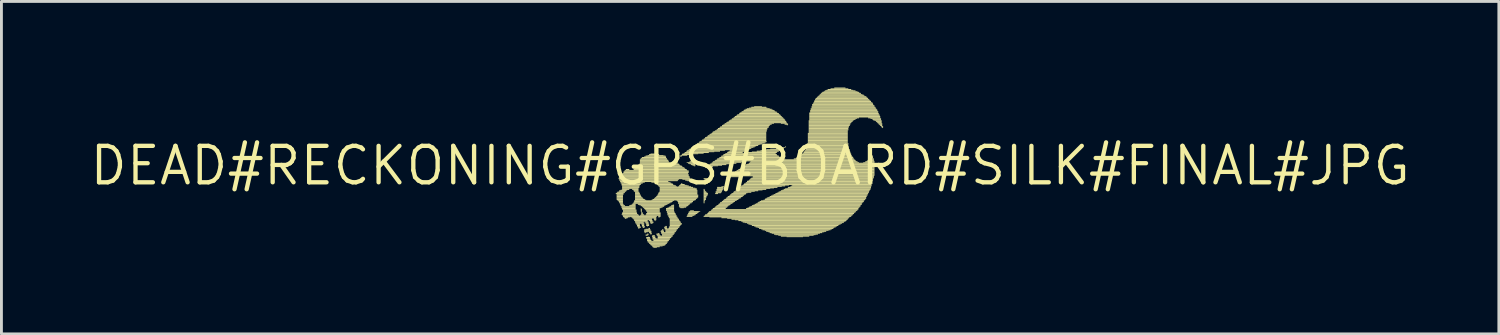
<source format=kicad_pcb>
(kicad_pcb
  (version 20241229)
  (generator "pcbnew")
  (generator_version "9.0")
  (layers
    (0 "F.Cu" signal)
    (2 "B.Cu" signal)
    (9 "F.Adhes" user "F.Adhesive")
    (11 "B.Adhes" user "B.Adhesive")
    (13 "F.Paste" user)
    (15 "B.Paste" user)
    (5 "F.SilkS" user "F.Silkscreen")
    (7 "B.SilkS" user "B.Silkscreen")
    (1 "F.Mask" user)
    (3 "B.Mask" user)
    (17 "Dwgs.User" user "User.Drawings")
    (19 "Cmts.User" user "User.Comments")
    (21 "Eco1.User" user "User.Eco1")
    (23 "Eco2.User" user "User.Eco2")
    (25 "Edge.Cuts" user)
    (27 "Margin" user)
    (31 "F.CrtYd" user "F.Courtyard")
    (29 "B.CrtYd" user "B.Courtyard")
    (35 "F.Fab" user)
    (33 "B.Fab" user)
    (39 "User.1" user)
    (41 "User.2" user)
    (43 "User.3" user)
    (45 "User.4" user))
  (footprint "DEAD#RECKONING#GPS#BOARD#SILK#FINAL#JPG"
    (layer "F.Cu")
    (at 23.079 2.72)
    (property "Reference" "DEAD#RECKONING#GPS#BOARD#SILK#FINAL#JPG" (at 0 0 0) (layer "F.SilkS") (effects (font (size 1.27 1.27) (thickness 0.15))))
    (fp_poly (pts (xy -4.68 0.99) (xy -4.41 0.99) (xy -4.41 0.96) (xy -4.68 0.96)) (stroke (width 0) (type default)) (fill yes) (layer "F.SilkS"))
    (fp_poly (pts (xy -4.65 0.96) (xy -4.38 0.96) (xy -4.38 0.94) (xy -4.65 0.94)) (stroke (width 0) (type default)) (fill yes) (layer "F.SilkS"))
    (fp_poly (pts (xy -4.65 1.01) (xy -4.41 1.01) (xy -4.41 0.99) (xy -4.65 0.99)) (stroke (width 0) (type default)) (fill yes) (layer "F.SilkS"))
    (fp_poly (pts (xy -4.65 1.04) (xy -4.43 1.04) (xy -4.43 1.01) (xy -4.65 1.01)) (stroke (width 0) (type default)) (fill yes) (layer "F.SilkS"))
    (fp_poly (pts (xy -4.65 1.06) (xy -4.43 1.06) (xy -4.43 1.04) (xy -4.65 1.04)) (stroke (width 0) (type default)) (fill yes) (layer "F.SilkS"))
    (fp_poly (pts (xy -4.65 1.09) (xy -4.43 1.09) (xy -4.43 1.06) (xy -4.65 1.06)) (stroke (width 0) (type default)) (fill yes) (layer "F.SilkS"))
    (fp_poly (pts (xy -4.65 1.11) (xy -4.43 1.11) (xy -4.43 1.09) (xy -4.65 1.09)) (stroke (width 0) (type default)) (fill yes) (layer "F.SilkS"))
    (fp_poly (pts (xy -4.65 1.14) (xy -4.43 1.14) (xy -4.43 1.11) (xy -4.65 1.11)) (stroke (width 0) (type default)) (fill yes) (layer "F.SilkS"))
    (fp_poly (pts (xy -4.65 1.16) (xy -4.43 1.16) (xy -4.43 1.14) (xy -4.65 1.14)) (stroke (width 0) (type default)) (fill yes) (layer "F.SilkS"))
    (fp_poly (pts (xy -4.65 1.19) (xy -4.43 1.19) (xy -4.43 1.16) (xy -4.65 1.16)) (stroke (width 0) (type default)) (fill yes) (layer "F.SilkS"))
    (fp_poly (pts (xy -4.63 0.94) (xy -4.36 0.94) (xy -4.36 0.91) (xy -4.63 0.91)) (stroke (width 0) (type default)) (fill yes) (layer "F.SilkS"))
    (fp_poly (pts (xy -4.63 1.21) (xy -4.43 1.21) (xy -4.43 1.19) (xy -4.63 1.19)) (stroke (width 0) (type default)) (fill yes) (layer "F.SilkS"))
    (fp_poly (pts (xy -4.6 1.23) (xy -4.43 1.23) (xy -4.43 1.21) (xy -4.6 1.21)) (stroke (width 0) (type default)) (fill yes) (layer "F.SilkS"))
    (fp_poly (pts (xy -4.58 0.44) (xy -2.09 0.44) (xy -2.09 0.42) (xy -4.58 0.42)) (stroke (width 0) (type default)) (fill yes) (layer "F.SilkS"))
    (fp_poly (pts (xy -4.58 0.47) (xy -2.09 0.47) (xy -2.09 0.44) (xy -4.58 0.44)) (stroke (width 0) (type default)) (fill yes) (layer "F.SilkS"))
    (fp_poly (pts (xy -4.58 0.91) (xy -4.33 0.91) (xy -4.33 0.89) (xy -4.58 0.89)) (stroke (width 0) (type default)) (fill yes) (layer "F.SilkS"))
    (fp_poly (pts (xy -4.58 1.26) (xy -4.43 1.26) (xy -4.43 1.23) (xy -4.58 1.23)) (stroke (width 0) (type default)) (fill yes) (layer "F.SilkS"))
    (fp_poly (pts (xy -4.56 0.42) (xy -2.11 0.42) (xy -2.11 0.4) (xy -4.56 0.4)) (stroke (width 0) (type default)) (fill yes) (layer "F.SilkS"))
    (fp_poly (pts (xy -4.56 0.49) (xy -2.48 0.49) (xy -2.48 0.47) (xy -4.56 0.47)) (stroke (width 0) (type default)) (fill yes) (layer "F.SilkS"))
    (fp_poly (pts (xy -4.56 0.52) (xy -2.51 0.52) (xy -2.51 0.49) (xy -4.56 0.49)) (stroke (width 0) (type default)) (fill yes) (layer "F.SilkS"))
    (fp_poly (pts (xy -4.56 0.89) (xy -4.31 0.89) (xy -4.31 0.86) (xy -4.56 0.86)) (stroke (width 0) (type default)) (fill yes) (layer "F.SilkS"))
    (fp_poly (pts (xy -4.56 1.28) (xy -4.43 1.28) (xy -4.43 1.26) (xy -4.56 1.26)) (stroke (width 0) (type default)) (fill yes) (layer "F.SilkS"))
    (fp_poly (pts (xy -4.56 1.31) (xy -4.43 1.31) (xy -4.43 1.28) (xy -4.56 1.28)) (stroke (width 0) (type default)) (fill yes) (layer "F.SilkS"))
    (fp_poly (pts (xy -4.53 0.4) (xy -2.11 0.4) (xy -2.11 0.37) (xy -4.53 0.37)) (stroke (width 0) (type default)) (fill yes) (layer "F.SilkS"))
    (fp_poly (pts (xy -4.53 0.54) (xy -2.53 0.54) (xy -2.53 0.52) (xy -4.53 0.52)) (stroke (width 0) (type default)) (fill yes) (layer "F.SilkS"))
    (fp_poly (pts (xy -4.53 0.57) (xy -2.85 0.57) (xy -2.85 0.54) (xy -4.53 0.54)) (stroke (width 0) (type default)) (fill yes) (layer "F.SilkS"))
    (fp_poly (pts (xy -4.53 1.33) (xy -4.43 1.33) (xy -4.43 1.31) (xy -4.53 1.31)) (stroke (width 0) (type default)) (fill yes) (layer "F.SilkS"))
    (fp_poly (pts (xy -4.53 1.36) (xy -4.41 1.36) (xy -4.41 1.33) (xy -4.53 1.33)) (stroke (width 0) (type default)) (fill yes) (layer "F.SilkS"))
    (fp_poly (pts (xy -4.51 0.37) (xy -2.14 0.37) (xy -2.14 0.35) (xy -4.51 0.35)) (stroke (width 0) (type default)) (fill yes) (layer "F.SilkS"))
    (fp_poly (pts (xy -4.51 0.59) (xy -3.67 0.59) (xy -3.67 0.57) (xy -4.51 0.57)) (stroke (width 0) (type default)) (fill yes) (layer "F.SilkS"))
    (fp_poly (pts (xy -4.51 0.62) (xy -3.74 0.62) (xy -3.74 0.59) (xy -4.51 0.59)) (stroke (width 0) (type default)) (fill yes) (layer "F.SilkS"))
    (fp_poly (pts (xy -4.51 0.86) (xy -4.28 0.86) (xy -4.28 0.84) (xy -4.51 0.84)) (stroke (width 0) (type default)) (fill yes) (layer "F.SilkS"))
    (fp_poly (pts (xy -4.51 1.38) (xy -4.41 1.38) (xy -4.41 1.36) (xy -4.51 1.36)) (stroke (width 0) (type default)) (fill yes) (layer "F.SilkS"))
    (fp_poly (pts (xy -4.51 1.41) (xy -4.36 1.41) (xy -4.36 1.38) (xy -4.51 1.38)) (stroke (width 0) (type default)) (fill yes) (layer "F.SilkS"))
    (fp_poly (pts (xy -4.48 0.32) (xy -2.14 0.32) (xy -2.14 0.3) (xy -4.48 0.3)) (stroke (width 0) (type default)) (fill yes) (layer "F.SilkS"))
    (fp_poly (pts (xy -4.48 0.35) (xy -2.14 0.35) (xy -2.14 0.32) (xy -4.48 0.32)) (stroke (width 0) (type default)) (fill yes) (layer "F.SilkS"))
    (fp_poly (pts (xy -4.48 0.64) (xy -3.79 0.64) (xy -3.79 0.62) (xy -4.48 0.62)) (stroke (width 0) (type default)) (fill yes) (layer "F.SilkS"))
    (fp_poly (pts (xy -4.48 0.67) (xy -3.81 0.67) (xy -3.81 0.64) (xy -4.48 0.64)) (stroke (width 0) (type default)) (fill yes) (layer "F.SilkS"))
    (fp_poly (pts (xy -4.48 0.69) (xy -3.84 0.69) (xy -3.84 0.67) (xy -4.48 0.67)) (stroke (width 0) (type default)) (fill yes) (layer "F.SilkS"))
    (fp_poly (pts (xy -4.48 1.43) (xy -3.99 1.43) (xy -3.99 1.41) (xy -4.48 1.41)) (stroke (width 0) (type default)) (fill yes) (layer "F.SilkS"))
    (fp_poly (pts (xy -4.48 1.46) (xy -3.99 1.46) (xy -3.99 1.43) (xy -4.48 1.43)) (stroke (width 0) (type default)) (fill yes) (layer "F.SilkS"))
    (fp_poly (pts (xy -4.48 1.48) (xy -3.99 1.48) (xy -3.99 1.46) (xy -4.48 1.46)) (stroke (width 0) (type default)) (fill yes) (layer "F.SilkS"))
    (fp_poly (pts (xy -4.48 1.7) (xy -3.91 1.7) (xy -3.91 1.68) (xy -4.48 1.68)) (stroke (width 0) (type default)) (fill yes) (layer "F.SilkS"))
    (fp_poly (pts (xy -4.46 0.3) (xy -2.16 0.3) (xy -2.16 0.27) (xy -4.46 0.27)) (stroke (width 0) (type default)) (fill yes) (layer "F.SilkS"))
    (fp_poly (pts (xy -4.46 0.72) (xy -3.86 0.72) (xy -3.86 0.69) (xy -4.46 0.69)) (stroke (width 0) (type default)) (fill yes) (layer "F.SilkS"))
    (fp_poly (pts (xy -4.46 0.74) (xy -3.86 0.74) (xy -3.86 0.72) (xy -4.46 0.72)) (stroke (width 0) (type default)) (fill yes) (layer "F.SilkS"))
    (fp_poly (pts (xy -4.46 0.77) (xy -3.86 0.77) (xy -3.86 0.74) (xy -4.46 0.74)) (stroke (width 0) (type default)) (fill yes) (layer "F.SilkS"))
    (fp_poly (pts (xy -4.46 0.79) (xy -3.89 0.79) (xy -3.89 0.77) (xy -4.46 0.77)) (stroke (width 0) (type default)) (fill yes) (layer "F.SilkS"))
    (fp_poly (pts (xy -4.46 0.81) (xy -3.89 0.81) (xy -3.89 0.79) (xy -4.46 0.79)) (stroke (width 0) (type default)) (fill yes) (layer "F.SilkS"))
    (fp_poly (pts (xy -4.46 0.84) (xy -4.21 0.84) (xy -4.21 0.81) (xy -4.46 0.81)) (stroke (width 0) (type default)) (fill yes) (layer "F.SilkS"))
    (fp_poly (pts (xy -4.46 1.51) (xy -3.99 1.51) (xy -3.99 1.48) (xy -4.46 1.48)) (stroke (width 0) (type default)) (fill yes) (layer "F.SilkS"))
    (fp_poly (pts (xy -4.46 1.53) (xy -3.99 1.53) (xy -3.99 1.51) (xy -4.46 1.51)) (stroke (width 0) (type default)) (fill yes) (layer "F.SilkS"))
    (fp_poly (pts (xy -4.46 1.65) (xy -3.94 1.65) (xy -3.94 1.63) (xy -4.46 1.63)) (stroke (width 0) (type default)) (fill yes) (layer "F.SilkS"))
    (fp_poly (pts (xy -4.46 1.68) (xy -3.94 1.68) (xy -3.94 1.65) (xy -4.46 1.65)) (stroke (width 0) (type default)) (fill yes) (layer "F.SilkS"))
    (fp_poly (pts (xy -4.46 1.73) (xy -3.89 1.73) (xy -3.89 1.7) (xy -4.46 1.7)) (stroke (width 0) (type default)) (fill yes) (layer "F.SilkS"))
    (fp_poly (pts (xy -4.43 0.27) (xy -2.16 0.27) (xy -2.16 0.25) (xy -4.43 0.25)) (stroke (width 0) (type default)) (fill yes) (layer "F.SilkS"))
    (fp_poly (pts (xy -4.43 1.56) (xy -3.96 1.56) (xy -3.96 1.53) (xy -4.43 1.53)) (stroke (width 0) (type default)) (fill yes) (layer "F.SilkS"))
    (fp_poly (pts (xy -4.43 1.58) (xy -3.96 1.58) (xy -3.96 1.56) (xy -4.43 1.56)) (stroke (width 0) (type default)) (fill yes) (layer "F.SilkS"))
    (fp_poly (pts (xy -4.43 1.6) (xy -3.96 1.6) (xy -3.96 1.58) (xy -4.43 1.58)) (stroke (width 0) (type default)) (fill yes) (layer "F.SilkS"))
    (fp_poly (pts (xy -4.43 1.63) (xy -3.96 1.63) (xy -3.96 1.6) (xy -4.43 1.6)) (stroke (width 0) (type default)) (fill yes) (layer "F.SilkS"))
    (fp_poly (pts (xy -4.43 1.75) (xy -3.86 1.75) (xy -3.86 1.73) (xy -4.43 1.73)) (stroke (width 0) (type default)) (fill yes) (layer "F.SilkS"))
    (fp_poly (pts (xy -4.43 1.78) (xy -3.25 1.78) (xy -3.25 1.75) (xy -4.43 1.75)) (stroke (width 0) (type default)) (fill yes) (layer "F.SilkS"))
    (fp_poly (pts (xy -4.41 0.22) (xy -2.14 0.22) (xy -2.14 0.2) (xy -4.41 0.2)) (stroke (width 0) (type default)) (fill yes) (layer "F.SilkS"))
    (fp_poly (pts (xy -4.41 0.25) (xy -2.14 0.25) (xy -2.14 0.22) (xy -4.41 0.22)) (stroke (width 0) (type default)) (fill yes) (layer "F.SilkS"))
    (fp_poly (pts (xy -4.41 1.8) (xy -4.19 1.8) (xy -4.19 1.78) (xy -4.41 1.78)) (stroke (width 0) (type default)) (fill yes) (layer "F.SilkS"))
    (fp_poly (pts (xy -4.38 0.2) (xy -2.14 0.2) (xy -2.14 0.17) (xy -4.38 0.17)) (stroke (width 0) (type default)) (fill yes) (layer "F.SilkS"))
    (fp_poly (pts (xy -4.38 1.83) (xy -4.26 1.83) (xy -4.26 1.8) (xy -4.38 1.8)) (stroke (width 0) (type default)) (fill yes) (layer "F.SilkS"))
    (fp_poly (pts (xy -4.36 0.17) (xy -2.19 0.17) (xy -2.19 0.15) (xy -4.36 0.15)) (stroke (width 0) (type default)) (fill yes) (layer "F.SilkS"))
    (fp_poly (pts (xy -4.36 1.85) (xy -4.31 1.85) (xy -4.31 1.83) (xy -4.36 1.83)) (stroke (width 0) (type default)) (fill yes) (layer "F.SilkS"))
    (fp_poly (pts (xy -4.33 0.15) (xy -4.21 0.15) (xy -4.21 0.12) (xy -4.33 0.12)) (stroke (width 0) (type default)) (fill yes) (layer "F.SilkS"))
    (fp_poly (pts (xy -4.21 1.41) (xy -3.99 1.41) (xy -3.99 1.38) (xy -4.21 1.38)) (stroke (width 0) (type default)) (fill yes) (layer "F.SilkS"))
    (fp_poly (pts (xy -4.16 1.38) (xy -3.99 1.38) (xy -3.99 1.36) (xy -4.16 1.36)) (stroke (width 0) (type default)) (fill yes) (layer "F.SilkS"))
    (fp_poly (pts (xy -4.16 1.8) (xy -3.27 1.8) (xy -3.27 1.78) (xy -4.16 1.78)) (stroke (width 0) (type default)) (fill yes) (layer "F.SilkS"))
    (fp_poly (pts (xy -4.11 0.84) (xy -3.89 0.84) (xy -3.89 0.81) (xy -4.11 0.81)) (stroke (width 0) (type default)) (fill yes) (layer "F.SilkS"))
    (fp_poly (pts (xy -4.11 1.36) (xy -3.99 1.36) (xy -3.99 1.33) (xy -4.11 1.33)) (stroke (width 0) (type default)) (fill yes) (layer "F.SilkS"))
    (fp_poly (pts (xy -4.11 1.83) (xy -3.27 1.83) (xy -3.27 1.8) (xy -4.11 1.8)) (stroke (width 0) (type default)) (fill yes) (layer "F.SilkS"))
    (fp_poly (pts (xy -4.09 1.33) (xy -2.83 1.33) (xy -2.83 1.31) (xy -4.09 1.31)) (stroke (width 0) (type default)) (fill yes) (layer "F.SilkS"))
    (fp_poly (pts (xy -4.09 1.85) (xy -3.4 1.85) (xy -3.4 1.83) (xy -4.09 1.83)) (stroke (width 0) (type default)) (fill yes) (layer "F.SilkS"))
    (fp_poly (pts (xy -4.06 0.15) (xy -2.21 0.15) (xy -2.21 0.12) (xy -4.06 0.12)) (stroke (width 0) (type default)) (fill yes) (layer "F.SilkS"))
    (fp_poly (pts (xy -4.06 0.86) (xy -3.89 0.86) (xy -3.89 0.84) (xy -4.06 0.84)) (stroke (width 0) (type default)) (fill yes) (layer "F.SilkS"))
    (fp_poly (pts (xy -4.06 0.89) (xy -3.89 0.89) (xy -3.89 0.86) (xy -4.06 0.86)) (stroke (width 0) (type default)) (fill yes) (layer "F.SilkS"))
    (fp_poly (pts (xy -4.06 1.28) (xy -2.73 1.28) (xy -2.73 1.26) (xy -4.06 1.26)) (stroke (width 0) (type default)) (fill yes) (layer "F.SilkS"))
    (fp_poly (pts (xy -4.06 1.31) (xy -2.78 1.31) (xy -2.78 1.28) (xy -4.06 1.28)) (stroke (width 0) (type default)) (fill yes) (layer "F.SilkS"))
    (fp_poly (pts (xy -4.06 1.88) (xy -3.42 1.88) (xy -3.42 1.85) (xy -4.06 1.85)) (stroke (width 0) (type default)) (fill yes) (layer "F.SilkS"))
    (fp_poly (pts (xy -4.04 0.12) (xy -2.26 0.12) (xy -2.26 0.1) (xy -4.04 0.1)) (stroke (width 0) (type default)) (fill yes) (layer "F.SilkS"))
    (fp_poly (pts (xy -4.04 0.91) (xy -3.89 0.91) (xy -3.89 0.89) (xy -4.04 0.89)) (stroke (width 0) (type default)) (fill yes) (layer "F.SilkS"))
    (fp_poly (pts (xy -4.04 1.23) (xy -2.65 1.23) (xy -2.65 1.21) (xy -4.04 1.21)) (stroke (width 0) (type default)) (fill yes) (layer "F.SilkS"))
    (fp_poly (pts (xy -4.04 1.26) (xy -2.7 1.26) (xy -2.7 1.23) (xy -4.04 1.23)) (stroke (width 0) (type default)) (fill yes) (layer "F.SilkS"))
    (fp_poly (pts (xy -4.04 1.9) (xy -3.42 1.9) (xy -3.42 1.88) (xy -4.04 1.88)) (stroke (width 0) (type default)) (fill yes) (layer "F.SilkS"))
    (fp_poly (pts (xy -4.04 1.93) (xy -3.57 1.93) (xy -3.57 1.9) (xy -4.04 1.9)) (stroke (width 0) (type default)) (fill yes) (layer "F.SilkS"))
    (fp_poly (pts (xy -4.01 0.1) (xy -2.28 0.1) (xy -2.28 0.07) (xy -4.01 0.07)) (stroke (width 0) (type default)) (fill yes) (layer "F.SilkS"))
    (fp_poly (pts (xy -4.01 0.94) (xy -3.86 0.94) (xy -3.86 0.91) (xy -4.01 0.91)) (stroke (width 0) (type default)) (fill yes) (layer "F.SilkS"))
    (fp_poly (pts (xy -4.01 0.96) (xy -3.86 0.96) (xy -3.86 0.94) (xy -4.01 0.94)) (stroke (width 0) (type default)) (fill yes) (layer "F.SilkS"))
    (fp_poly (pts (xy -4.01 0.99) (xy -3.84 0.99) (xy -3.84 0.96) (xy -4.01 0.96)) (stroke (width 0) (type default)) (fill yes) (layer "F.SilkS"))
    (fp_poly (pts (xy -4.01 1.01) (xy -3.84 1.01) (xy -3.84 0.99) (xy -4.01 0.99)) (stroke (width 0) (type default)) (fill yes) (layer "F.SilkS"))
    (fp_poly (pts (xy -4.01 1.04) (xy -3.81 1.04) (xy -3.81 1.01) (xy -4.01 1.01)) (stroke (width 0) (type default)) (fill yes) (layer "F.SilkS"))
    (fp_poly (pts (xy -4.01 1.06) (xy -3.81 1.06) (xy -3.81 1.04) (xy -4.01 1.04)) (stroke (width 0) (type default)) (fill yes) (layer "F.SilkS"))
    (fp_poly (pts (xy -4.01 1.09) (xy -3.79 1.09) (xy -3.79 1.06) (xy -4.01 1.06)) (stroke (width 0) (type default)) (fill yes) (layer "F.SilkS"))
    (fp_poly (pts (xy -4.01 1.11) (xy -3.77 1.11) (xy -3.77 1.09) (xy -4.01 1.09)) (stroke (width 0) (type default)) (fill yes) (layer "F.SilkS"))
    (fp_poly (pts (xy -4.01 1.14) (xy -3.74 1.14) (xy -3.74 1.11) (xy -4.01 1.11)) (stroke (width 0) (type default)) (fill yes) (layer "F.SilkS"))
    (fp_poly (pts (xy -4.01 1.16) (xy -3.72 1.16) (xy -3.72 1.14) (xy -4.01 1.14)) (stroke (width 0) (type default)) (fill yes) (layer "F.SilkS"))
    (fp_poly (pts (xy -4.01 1.19) (xy -3.67 1.19) (xy -3.67 1.16) (xy -4.01 1.16)) (stroke (width 0) (type default)) (fill yes) (layer "F.SilkS"))
    (fp_poly (pts (xy -4.01 1.21) (xy -3.62 1.21) (xy -3.62 1.19) (xy -4.01 1.19)) (stroke (width 0) (type default)) (fill yes) (layer "F.SilkS"))
    (fp_poly (pts (xy -4.01 1.95) (xy -3.57 1.95) (xy -3.57 1.93) (xy -4.01 1.93)) (stroke (width 0) (type default)) (fill yes) (layer "F.SilkS"))
    (fp_poly (pts (xy -4.01 1.98) (xy -3.69 1.98) (xy -3.69 1.95) (xy -4.01 1.95)) (stroke (width 0) (type default)) (fill yes) (layer "F.SilkS"))
    (fp_poly (pts (xy -3.99 0.07) (xy -2.31 0.07) (xy -2.31 0.05) (xy -3.99 0.05)) (stroke (width 0) (type default)) (fill yes) (layer "F.SilkS"))
    (fp_poly (pts (xy -3.99 2) (xy -3.72 2) (xy -3.72 1.98) (xy -3.99 1.98)) (stroke (width 0) (type default)) (fill yes) (layer "F.SilkS"))
    (fp_poly (pts (xy -3.99 2.02) (xy -3.69 2.02) (xy -3.69 2) (xy -3.99 2)) (stroke (width 0) (type default)) (fill yes) (layer "F.SilkS"))
    (fp_poly (pts (xy -3.96 0.05) (xy -2.36 0.05) (xy -2.36 0.02) (xy -3.96 0.02)) (stroke (width 0) (type default)) (fill yes) (layer "F.SilkS"))
    (fp_poly (pts (xy -3.96 2.05) (xy -3.84 2.05) (xy -3.84 2.02) (xy -3.96 2.02)) (stroke (width 0) (type default)) (fill yes) (layer "F.SilkS"))
    (fp_poly (pts (xy -3.96 2.07) (xy -3.84 2.07) (xy -3.84 2.05) (xy -3.96 2.05)) (stroke (width 0) (type default)) (fill yes) (layer "F.SilkS"))
    (fp_poly (pts (xy -3.94 0.02) (xy -2.38 0.02) (xy -2.38 0) (xy -3.94 0)) (stroke (width 0) (type default)) (fill yes) (layer "F.SilkS"))
    (fp_poly (pts (xy -3.94 2.1) (xy -3.84 2.1) (xy -3.84 2.07) (xy -3.94 2.07)) (stroke (width 0) (type default)) (fill yes) (layer "F.SilkS"))
    (fp_poly (pts (xy -3.94 2.12) (xy -3.84 2.12) (xy -3.84 2.1) (xy -3.94 2.1)) (stroke (width 0) (type default)) (fill yes) (layer "F.SilkS"))
    (fp_poly (pts (xy -3.91 0) (xy -2.43 0) (xy -2.43 -0.02) (xy -3.91 -0.02)) (stroke (width 0) (type default)) (fill yes) (layer "F.SilkS"))
    (fp_poly (pts (xy -3.91 1.36) (xy -2.88 1.36) (xy -2.88 1.33) (xy -3.91 1.33)) (stroke (width 0) (type default)) (fill yes) (layer "F.SilkS"))
    (fp_poly (pts (xy -3.91 2.15) (xy -3.81 2.15) (xy -3.81 2.12) (xy -3.91 2.12)) (stroke (width 0) (type default)) (fill yes) (layer "F.SilkS"))
    (fp_poly (pts (xy -3.91 2.17) (xy -3.81 2.17) (xy -3.81 2.15) (xy -3.91 2.15)) (stroke (width 0) (type default)) (fill yes) (layer "F.SilkS"))
    (fp_poly (pts (xy -3.89 -0.02) (xy -2.46 -0.02) (xy -2.46 -0.05) (xy -3.89 -0.05)) (stroke (width 0) (type default)) (fill yes) (layer "F.SilkS"))
    (fp_poly (pts (xy -3.89 2.2) (xy -3.86 2.2) (xy -3.86 2.17) (xy -3.89 2.17)) (stroke (width 0) (type default)) (fill yes) (layer "F.SilkS"))
    (fp_poly (pts (xy -3.86 -0.05) (xy -2.68 -0.05) (xy -2.68 -0.07) (xy -3.86 -0.07)) (stroke (width 0) (type default)) (fill yes) (layer "F.SilkS"))
    (fp_poly (pts (xy -3.86 1.38) (xy -2.93 1.38) (xy -2.93 1.36) (xy -3.86 1.36)) (stroke (width 0) (type default)) (fill yes) (layer "F.SilkS"))
    (fp_poly (pts (xy -3.84 -0.2) (xy -2.88 -0.2) (xy -2.88 -0.22) (xy -3.84 -0.22)) (stroke (width 0) (type default)) (fill yes) (layer "F.SilkS"))
    (fp_poly (pts (xy -3.84 -0.17) (xy -2.85 -0.17) (xy -2.85 -0.2) (xy -3.84 -0.2)) (stroke (width 0) (type default)) (fill yes) (layer "F.SilkS"))
    (fp_poly (pts (xy -3.84 -0.15) (xy -2.85 -0.15) (xy -2.85 -0.17) (xy -3.84 -0.17)) (stroke (width 0) (type default)) (fill yes) (layer "F.SilkS"))
    (fp_poly (pts (xy -3.84 -0.12) (xy -2.83 -0.12) (xy -2.83 -0.15) (xy -3.84 -0.15)) (stroke (width 0) (type default)) (fill yes) (layer "F.SilkS"))
    (fp_poly (pts (xy -3.84 -0.1) (xy -2.8 -0.1) (xy -2.8 -0.12) (xy -3.84 -0.12)) (stroke (width 0) (type default)) (fill yes) (layer "F.SilkS"))
    (fp_poly (pts (xy -3.84 -0.07) (xy -2.75 -0.07) (xy -2.75 -0.1) (xy -3.84 -0.1)) (stroke (width 0) (type default)) (fill yes) (layer "F.SilkS"))
    (fp_poly (pts (xy -3.84 1.75) (xy -3.12 1.75) (xy -3.12 1.73) (xy -3.84 1.73)) (stroke (width 0) (type default)) (fill yes) (layer "F.SilkS"))
    (fp_poly (pts (xy -3.81 -0.25) (xy -2.9 -0.25) (xy -2.9 -0.27) (xy -3.81 -0.27)) (stroke (width 0) (type default)) (fill yes) (layer "F.SilkS"))
    (fp_poly (pts (xy -3.81 -0.22) (xy -2.9 -0.22) (xy -2.9 -0.25) (xy -3.81 -0.25)) (stroke (width 0) (type default)) (fill yes) (layer "F.SilkS"))
    (fp_poly (pts (xy -3.81 1.41) (xy -2.98 1.41) (xy -2.98 1.38) (xy -3.81 1.38)) (stroke (width 0) (type default)) (fill yes) (layer "F.SilkS"))
    (fp_poly (pts (xy -3.81 1.51) (xy -3.79 1.51) (xy -3.79 1.48) (xy -3.81 1.48)) (stroke (width 0) (type default)) (fill yes) (layer "F.SilkS"))
    (fp_poly (pts (xy -3.81 1.53) (xy -3.77 1.53) (xy -3.77 1.51) (xy -3.81 1.51)) (stroke (width 0) (type default)) (fill yes) (layer "F.SilkS"))
    (fp_poly (pts (xy -3.81 1.56) (xy -3.77 1.56) (xy -3.77 1.53) (xy -3.81 1.53)) (stroke (width 0) (type default)) (fill yes) (layer "F.SilkS"))
    (fp_poly (pts (xy -3.81 1.58) (xy -3.77 1.58) (xy -3.77 1.56) (xy -3.81 1.56)) (stroke (width 0) (type default)) (fill yes) (layer "F.SilkS"))
    (fp_poly (pts (xy -3.81 1.6) (xy -3.77 1.6) (xy -3.77 1.58) (xy -3.81 1.58)) (stroke (width 0) (type default)) (fill yes) (layer "F.SilkS"))
    (fp_poly (pts (xy -3.81 1.73) (xy -3.69 1.73) (xy -3.69 1.7) (xy -3.81 1.7)) (stroke (width 0) (type default)) (fill yes) (layer "F.SilkS"))
    (fp_poly (pts (xy -3.79 1.63) (xy -3.77 1.63) (xy -3.77 1.6) (xy -3.79 1.6)) (stroke (width 0) (type default)) (fill yes) (layer "F.SilkS"))
    (fp_poly (pts (xy -3.79 1.65) (xy -3.74 1.65) (xy -3.74 1.63) (xy -3.79 1.63)) (stroke (width 0) (type default)) (fill yes) (layer "F.SilkS"))
    (fp_poly (pts (xy -3.79 1.68) (xy -3.74 1.68) (xy -3.74 1.65) (xy -3.79 1.65)) (stroke (width 0) (type default)) (fill yes) (layer "F.SilkS"))
    (fp_poly (pts (xy -3.79 1.7) (xy -3.72 1.7) (xy -3.72 1.68) (xy -3.79 1.68)) (stroke (width 0) (type default)) (fill yes) (layer "F.SilkS"))
    (fp_poly (pts (xy -3.79 2.05) (xy -3.69 2.05) (xy -3.69 2.02) (xy -3.79 2.02)) (stroke (width 0) (type default)) (fill yes) (layer "F.SilkS"))
    (fp_poly (pts (xy -3.77 -0.27) (xy -2.93 -0.27) (xy -2.93 -0.3) (xy -3.77 -0.3)) (stroke (width 0) (type default)) (fill yes) (layer "F.SilkS"))
    (fp_poly (pts (xy -3.77 1.43) (xy -3 1.43) (xy -3 1.41) (xy -3.77 1.41)) (stroke (width 0) (type default)) (fill yes) (layer "F.SilkS"))
    (fp_poly (pts (xy -3.77 2.07) (xy -3.69 2.07) (xy -3.69 2.05) (xy -3.77 2.05)) (stroke (width 0) (type default)) (fill yes) (layer "F.SilkS"))
    (fp_poly (pts (xy -3.77 2.1) (xy -3.69 2.1) (xy -3.69 2.07) (xy -3.77 2.07)) (stroke (width 0) (type default)) (fill yes) (layer "F.SilkS"))
    (fp_poly (pts (xy -3.77 2.12) (xy -3.67 2.12) (xy -3.67 2.1) (xy -3.77 2.1)) (stroke (width 0) (type default)) (fill yes) (layer "F.SilkS"))
    (fp_poly (pts (xy -3.74 1.46) (xy -3.05 1.46) (xy -3.05 1.43) (xy -3.74 1.43)) (stroke (width 0) (type default)) (fill yes) (layer "F.SilkS"))
    (fp_poly (pts (xy -3.74 2.15) (xy -3.67 2.15) (xy -3.67 2.12) (xy -3.74 2.12)) (stroke (width 0) (type default)) (fill yes) (layer "F.SilkS"))
    (fp_poly (pts (xy -3.74 2.17) (xy -3.69 2.17) (xy -3.69 2.15) (xy -3.74 2.15)) (stroke (width 0) (type default)) (fill yes) (layer "F.SilkS"))
    (fp_poly (pts (xy -3.72 1.48) (xy -3.1 1.48) (xy -3.1 1.46) (xy -3.72 1.46)) (stroke (width 0) (type default)) (fill yes) (layer "F.SilkS"))
    (fp_poly (pts (xy -3.69 -0.3) (xy -2.93 -0.3) (xy -2.93 -0.32) (xy -3.69 -0.32)) (stroke (width 0) (type default)) (fill yes) (layer "F.SilkS"))
    (fp_poly (pts (xy -3.69 1.51) (xy -3.15 1.51) (xy -3.15 1.48) (xy -3.69 1.48)) (stroke (width 0) (type default)) (fill yes) (layer "F.SilkS"))
    (fp_poly (pts (xy -3.69 2.25) (xy -3.47 2.25) (xy -3.47 2.22) (xy -3.69 2.22)) (stroke (width 0) (type default)) (fill yes) (layer "F.SilkS"))
    (fp_poly (pts (xy -3.69 2.27) (xy -3.47 2.27) (xy -3.47 2.25) (xy -3.69 2.25)) (stroke (width 0) (type default)) (fill yes) (layer "F.SilkS"))
    (fp_poly (pts (xy -3.69 2.3) (xy -3.44 2.3) (xy -3.44 2.27) (xy -3.69 2.27)) (stroke (width 0) (type default)) (fill yes) (layer "F.SilkS"))
    (fp_poly (pts (xy -3.69 2.32) (xy -3.57 2.32) (xy -3.57 2.3) (xy -3.69 2.3)) (stroke (width 0) (type default)) (fill yes) (layer "F.SilkS"))
    (fp_poly (pts (xy -3.67 1.53) (xy -3.15 1.53) (xy -3.15 1.51) (xy -3.67 1.51)) (stroke (width 0) (type default)) (fill yes) (layer "F.SilkS"))
    (fp_poly (pts (xy -3.67 1.98) (xy -3.54 1.98) (xy -3.54 1.95) (xy -3.67 1.95)) (stroke (width 0) (type default)) (fill yes) (layer "F.SilkS"))
    (fp_poly (pts (xy -3.67 2.35) (xy -3.64 2.35) (xy -3.64 2.32) (xy -3.67 2.32)) (stroke (width 0) (type default)) (fill yes) (layer "F.SilkS"))
    (fp_poly (pts (xy -3.64 -0.32) (xy -2.95 -0.32) (xy -2.95 -0.35) (xy -3.64 -0.35)) (stroke (width 0) (type default)) (fill yes) (layer "F.SilkS"))
    (fp_poly (pts (xy -3.64 1.56) (xy -3.15 1.56) (xy -3.15 1.53) (xy -3.64 1.53)) (stroke (width 0) (type default)) (fill yes) (layer "F.SilkS"))
    (fp_poly (pts (xy -3.64 1.73) (xy -3.12 1.73) (xy -3.12 1.7) (xy -3.64 1.7)) (stroke (width 0) (type default)) (fill yes) (layer "F.SilkS"))
    (fp_poly (pts (xy -3.64 2) (xy -3.54 2) (xy -3.54 1.98) (xy -3.64 1.98)) (stroke (width 0) (type default)) (fill yes) (layer "F.SilkS"))
    (fp_poly (pts (xy -3.64 2.02) (xy -3.54 2.02) (xy -3.54 2) (xy -3.64 2)) (stroke (width 0) (type default)) (fill yes) (layer "F.SilkS"))
    (fp_poly (pts (xy -3.64 2.22) (xy -3.49 2.22) (xy -3.49 2.2) (xy -3.64 2.2)) (stroke (width 0) (type default)) (fill yes) (layer "F.SilkS"))
    (fp_poly (pts (xy -3.64 2.42) (xy -3.54 2.42) (xy -3.54 2.4) (xy -3.64 2.4)) (stroke (width 0) (type default)) (fill yes) (layer "F.SilkS"))
    (fp_poly (pts (xy -3.64 2.44) (xy -3.57 2.44) (xy -3.57 2.42) (xy -3.64 2.42)) (stroke (width 0) (type default)) (fill yes) (layer "F.SilkS"))
    (fp_poly (pts (xy -3.62 1.58) (xy -3.15 1.58) (xy -3.15 1.56) (xy -3.62 1.56)) (stroke (width 0) (type default)) (fill yes) (layer "F.SilkS"))
    (fp_poly (pts (xy -3.62 1.6) (xy -3.15 1.6) (xy -3.15 1.58) (xy -3.62 1.58)) (stroke (width 0) (type default)) (fill yes) (layer "F.SilkS"))
    (fp_poly (pts (xy -3.62 1.68) (xy -3.12 1.68) (xy -3.12 1.65) (xy -3.62 1.65)) (stroke (width 0) (type default)) (fill yes) (layer "F.SilkS"))
    (fp_poly (pts (xy -3.62 1.7) (xy -3.12 1.7) (xy -3.12 1.68) (xy -3.62 1.68)) (stroke (width 0) (type default)) (fill yes) (layer "F.SilkS"))
    (fp_poly (pts (xy -3.62 2.05) (xy -3.52 2.05) (xy -3.52 2.02) (xy -3.62 2.02)) (stroke (width 0) (type default)) (fill yes) (layer "F.SilkS"))
    (fp_poly (pts (xy -3.62 2.07) (xy -3.52 2.07) (xy -3.52 2.05) (xy -3.62 2.05)) (stroke (width 0) (type default)) (fill yes) (layer "F.SilkS"))
    (fp_poly (pts (xy -3.62 2.1) (xy -3.52 2.1) (xy -3.52 2.07) (xy -3.62 2.07)) (stroke (width 0) (type default)) (fill yes) (layer "F.SilkS"))
    (fp_poly (pts (xy -3.62 2.52) (xy -3.49 2.52) (xy -3.49 2.49) (xy -3.62 2.49)) (stroke (width 0) (type default)) (fill yes) (layer "F.SilkS"))
    (fp_poly (pts (xy -3.62 2.54) (xy -3.49 2.54) (xy -3.49 2.52) (xy -3.62 2.52)) (stroke (width 0) (type default)) (fill yes) (layer "F.SilkS"))
    (fp_poly (pts (xy -3.59 1.63) (xy -3.15 1.63) (xy -3.15 1.6) (xy -3.59 1.6)) (stroke (width 0) (type default)) (fill yes) (layer "F.SilkS"))
    (fp_poly (pts (xy -3.59 1.65) (xy -3.12 1.65) (xy -3.12 1.63) (xy -3.59 1.63)) (stroke (width 0) (type default)) (fill yes) (layer "F.SilkS"))
    (fp_poly (pts (xy -3.59 2.12) (xy -3.57 2.12) (xy -3.57 2.1) (xy -3.59 2.1)) (stroke (width 0) (type default)) (fill yes) (layer "F.SilkS"))
    (fp_poly (pts (xy -3.59 2.4) (xy -3.54 2.4) (xy -3.54 2.37) (xy -3.59 2.37)) (stroke (width 0) (type default)) (fill yes) (layer "F.SilkS"))
    (fp_poly (pts (xy -3.59 2.57) (xy -3.47 2.57) (xy -3.47 2.54) (xy -3.59 2.54)) (stroke (width 0) (type default)) (fill yes) (layer "F.SilkS"))
    (fp_poly (pts (xy -3.59 2.59) (xy -3.47 2.59) (xy -3.47 2.57) (xy -3.59 2.57)) (stroke (width 0) (type default)) (fill yes) (layer "F.SilkS"))
    (fp_poly (pts (xy -3.59 2.62) (xy -3.44 2.62) (xy -3.44 2.59) (xy -3.59 2.59)) (stroke (width 0) (type default)) (fill yes) (layer "F.SilkS"))
    (fp_poly (pts (xy -3.57 -0.35) (xy -3.02 -0.35) (xy -3.02 -0.37) (xy -3.57 -0.37)) (stroke (width 0) (type default)) (fill yes) (layer "F.SilkS"))
    (fp_poly (pts (xy -3.57 2.64) (xy -2.85 2.64) (xy -2.85 2.62) (xy -3.57 2.62)) (stroke (width 0) (type default)) (fill yes) (layer "F.SilkS"))
    (fp_poly (pts (xy -3.57 2.67) (xy -2.88 2.67) (xy -2.88 2.64) (xy -3.57 2.64)) (stroke (width 0) (type default)) (fill yes) (layer "F.SilkS"))
    (fp_poly (pts (xy -3.54 2.2) (xy -3.49 2.2) (xy -3.49 2.17) (xy -3.54 2.17)) (stroke (width 0) (type default)) (fill yes) (layer "F.SilkS"))
    (fp_poly (pts (xy -3.54 2.49) (xy -3.52 2.49) (xy -3.52 2.47) (xy -3.54 2.47)) (stroke (width 0) (type default)) (fill yes) (layer "F.SilkS"))
    (fp_poly (pts (xy -3.54 2.69) (xy -2.88 2.69) (xy -2.88 2.67) (xy -3.54 2.67)) (stroke (width 0) (type default)) (fill yes) (layer "F.SilkS"))
    (fp_poly (pts (xy -3.52 -0.37) (xy -3.17 -0.37) (xy -3.17 -0.4) (xy -3.52 -0.4)) (stroke (width 0) (type default)) (fill yes) (layer "F.SilkS"))
    (fp_poly (pts (xy -3.52 1.93) (xy -3.4 1.93) (xy -3.4 1.9) (xy -3.52 1.9)) (stroke (width 0) (type default)) (fill yes) (layer "F.SilkS"))
    (fp_poly (pts (xy -3.52 2.32) (xy -3.44 2.32) (xy -3.44 2.3) (xy -3.52 2.3)) (stroke (width 0) (type default)) (fill yes) (layer "F.SilkS"))
    (fp_poly (pts (xy -3.52 2.35) (xy -3.44 2.35) (xy -3.44 2.32) (xy -3.52 2.32)) (stroke (width 0) (type default)) (fill yes) (layer "F.SilkS"))
    (fp_poly (pts (xy -3.52 2.72) (xy -2.9 2.72) (xy -2.9 2.69) (xy -3.52 2.69)) (stroke (width 0) (type default)) (fill yes) (layer "F.SilkS"))
    (fp_poly (pts (xy -3.49 1.95) (xy -3.4 1.95) (xy -3.4 1.93) (xy -3.49 1.93)) (stroke (width 0) (type default)) (fill yes) (layer "F.SilkS"))
    (fp_poly (pts (xy -3.49 1.98) (xy -3.37 1.98) (xy -3.37 1.95) (xy -3.49 1.95)) (stroke (width 0) (type default)) (fill yes) (layer "F.SilkS"))
    (fp_poly (pts (xy -3.49 2.37) (xy -3.42 2.37) (xy -3.42 2.35) (xy -3.49 2.35)) (stroke (width 0) (type default)) (fill yes) (layer "F.SilkS"))
    (fp_poly (pts (xy -3.49 2.74) (xy -2.93 2.74) (xy -2.93 2.72) (xy -3.49 2.72)) (stroke (width 0) (type default)) (fill yes) (layer "F.SilkS"))
    (fp_poly (pts (xy -3.47 -0.4) (xy -3.3 -0.4) (xy -3.3 -0.42) (xy -3.47 -0.42)) (stroke (width 0) (type default)) (fill yes) (layer "F.SilkS"))
    (fp_poly (pts (xy -3.47 2) (xy -3.37 2) (xy -3.37 1.98) (xy -3.47 1.98)) (stroke (width 0) (type default)) (fill yes) (layer "F.SilkS"))
    (fp_poly (pts (xy -3.47 2.02) (xy -3.4 2.02) (xy -3.4 2) (xy -3.47 2)) (stroke (width 0) (type default)) (fill yes) (layer "F.SilkS"))
    (fp_poly (pts (xy -3.47 2.4) (xy -3.44 2.4) (xy -3.44 2.37) (xy -3.47 2.37)) (stroke (width 0) (type default)) (fill yes) (layer "F.SilkS"))
    (fp_poly (pts (xy -3.47 2.77) (xy -2.95 2.77) (xy -2.95 2.74) (xy -3.47 2.74)) (stroke (width 0) (type default)) (fill yes) (layer "F.SilkS"))
    (fp_poly (pts (xy -3.44 0.59) (xy -2.8 0.59) (xy -2.8 0.57) (xy -3.44 0.57)) (stroke (width 0) (type default)) (fill yes) (layer "F.SilkS"))
    (fp_poly (pts (xy -3.44 1.21) (xy -1.91 1.21) (xy -1.91 1.19) (xy -3.44 1.19)) (stroke (width 0) (type default)) (fill yes) (layer "F.SilkS"))
    (fp_poly (pts (xy -3.44 2.79) (xy -2.98 2.79) (xy -2.98 2.77) (xy -3.44 2.77)) (stroke (width 0) (type default)) (fill yes) (layer "F.SilkS"))
    (fp_poly (pts (xy -3.42 2.47) (xy -3.32 2.47) (xy -3.32 2.44) (xy -3.42 2.44)) (stroke (width 0) (type default)) (fill yes) (layer "F.SilkS"))
    (fp_poly (pts (xy -3.42 2.49) (xy -3.3 2.49) (xy -3.3 2.47) (xy -3.42 2.47)) (stroke (width 0) (type default)) (fill yes) (layer "F.SilkS"))
    (fp_poly (pts (xy -3.42 2.81) (xy -3.05 2.81) (xy -3.05 2.79) (xy -3.42 2.79)) (stroke (width 0) (type default)) (fill yes) (layer "F.SilkS"))
    (fp_poly (pts (xy -3.4 1.19) (xy -1.89 1.19) (xy -1.89 1.16) (xy -3.4 1.16)) (stroke (width 0) (type default)) (fill yes) (layer "F.SilkS"))
    (fp_poly (pts (xy -3.4 2.44) (xy -3.32 2.44) (xy -3.32 2.42) (xy -3.4 2.42)) (stroke (width 0) (type default)) (fill yes) (layer "F.SilkS"))
    (fp_poly (pts (xy -3.4 2.52) (xy -3.3 2.52) (xy -3.3 2.49) (xy -3.4 2.49)) (stroke (width 0) (type default)) (fill yes) (layer "F.SilkS"))
    (fp_poly (pts (xy -3.4 2.54) (xy -3.27 2.54) (xy -3.27 2.52) (xy -3.4 2.52)) (stroke (width 0) (type default)) (fill yes) (layer "F.SilkS"))
    (fp_poly (pts (xy -3.4 2.57) (xy -2.8 2.57) (xy -2.8 2.54) (xy -3.4 2.54)) (stroke (width 0) (type default)) (fill yes) (layer "F.SilkS"))
    (fp_poly (pts (xy -3.4 2.84) (xy -3.15 2.84) (xy -3.15 2.81) (xy -3.4 2.81)) (stroke (width 0) (type default)) (fill yes) (layer "F.SilkS"))
    (fp_poly (pts (xy -3.37 1.85) (xy -3.27 1.85) (xy -3.27 1.83) (xy -3.37 1.83)) (stroke (width 0) (type default)) (fill yes) (layer "F.SilkS"))
    (fp_poly (pts (xy -3.37 2.59) (xy -2.8 2.59) (xy -2.8 2.57) (xy -3.37 2.57)) (stroke (width 0) (type default)) (fill yes) (layer "F.SilkS"))
    (fp_poly (pts (xy -3.37 2.62) (xy -2.83 2.62) (xy -2.83 2.59) (xy -3.37 2.59)) (stroke (width 0) (type default)) (fill yes) (layer "F.SilkS"))
    (fp_poly (pts (xy -3.37 2.86) (xy -3.25 2.86) (xy -3.25 2.84) (xy -3.37 2.84)) (stroke (width 0) (type default)) (fill yes) (layer "F.SilkS"))
    (fp_poly (pts (xy -3.35 1.16) (xy -1.86 1.16) (xy -1.86 1.14) (xy -3.35 1.14)) (stroke (width 0) (type default)) (fill yes) (layer "F.SilkS"))
    (fp_poly (pts (xy -3.35 1.88) (xy -3.27 1.88) (xy -3.27 1.85) (xy -3.35 1.85)) (stroke (width 0) (type default)) (fill yes) (layer "F.SilkS"))
    (fp_poly (pts (xy -3.35 1.9) (xy -3.27 1.9) (xy -3.27 1.88) (xy -3.35 1.88)) (stroke (width 0) (type default)) (fill yes) (layer "F.SilkS"))
    (fp_poly (pts (xy -3.32 0.62) (xy -2.75 0.62) (xy -2.75 0.59) (xy -3.32 0.59)) (stroke (width 0) (type default)) (fill yes) (layer "F.SilkS"))
    (fp_poly (pts (xy -3.32 1.14) (xy -1.84 1.14) (xy -1.84 1.11) (xy -3.32 1.11)) (stroke (width 0) (type default)) (fill yes) (layer "F.SilkS"))
    (fp_poly (pts (xy -3.32 1.93) (xy -3.3 1.93) (xy -3.3 1.9) (xy -3.32 1.9)) (stroke (width 0) (type default)) (fill yes) (layer "F.SilkS"))
    (fp_poly (pts (xy -3.3 1.11) (xy -1.81 1.11) (xy -1.81 1.09) (xy -3.3 1.09)) (stroke (width 0) (type default)) (fill yes) (layer "F.SilkS"))
    (fp_poly (pts (xy -3.27 0.64) (xy -2.7 0.64) (xy -2.7 0.62) (xy -3.27 0.62)) (stroke (width 0) (type default)) (fill yes) (layer "F.SilkS"))
    (fp_poly (pts (xy -3.27 1.09) (xy -1.81 1.09) (xy -1.81 1.06) (xy -3.27 1.06)) (stroke (width 0) (type default)) (fill yes) (layer "F.SilkS"))
    (fp_poly (pts (xy -3.27 2.4) (xy -3.15 2.4) (xy -3.15 2.37) (xy -3.27 2.37)) (stroke (width 0) (type default)) (fill yes) (layer "F.SilkS"))
    (fp_poly (pts (xy -3.25 0.67) (xy -2.68 0.67) (xy -2.68 0.64) (xy -3.25 0.64)) (stroke (width 0) (type default)) (fill yes) (layer "F.SilkS"))
    (fp_poly (pts (xy -3.25 1.06) (xy -1.81 1.06) (xy -1.81 1.04) (xy -3.25 1.04)) (stroke (width 0) (type default)) (fill yes) (layer "F.SilkS"))
    (fp_poly (pts (xy -3.25 2.42) (xy -3.15 2.42) (xy -3.15 2.4) (xy -3.25 2.4)) (stroke (width 0) (type default)) (fill yes) (layer "F.SilkS"))
    (fp_poly (pts (xy -3.25 2.44) (xy -3.12 2.44) (xy -3.12 2.42) (xy -3.25 2.42)) (stroke (width 0) (type default)) (fill yes) (layer "F.SilkS"))
    (fp_poly (pts (xy -3.22 0.69) (xy -2.63 0.69) (xy -2.63 0.67) (xy -3.22 0.67)) (stroke (width 0) (type default)) (fill yes) (layer "F.SilkS"))
    (fp_poly (pts (xy -3.22 1.01) (xy -1.84 1.01) (xy -1.84 0.99) (xy -3.22 0.99)) (stroke (width 0) (type default)) (fill yes) (layer "F.SilkS"))
    (fp_poly (pts (xy -3.22 1.04) (xy -1.81 1.04) (xy -1.81 1.01) (xy -3.22 1.01)) (stroke (width 0) (type default)) (fill yes) (layer "F.SilkS"))
    (fp_poly (pts (xy -3.22 2.37) (xy -3.17 2.37) (xy -3.17 2.35) (xy -3.22 2.35)) (stroke (width 0) (type default)) (fill yes) (layer "F.SilkS"))
    (fp_poly (pts (xy -3.22 2.47) (xy -2.7 2.47) (xy -2.7 2.44) (xy -3.22 2.44)) (stroke (width 0) (type default)) (fill yes) (layer "F.SilkS"))
    (fp_poly (pts (xy -3.22 2.49) (xy -2.73 2.49) (xy -2.73 2.47) (xy -3.22 2.47)) (stroke (width 0) (type default)) (fill yes) (layer "F.SilkS"))
    (fp_poly (pts (xy -3.22 2.52) (xy -2.75 2.52) (xy -2.75 2.49) (xy -3.22 2.49)) (stroke (width 0) (type default)) (fill yes) (layer "F.SilkS"))
    (fp_poly (pts (xy -3.22 2.54) (xy -2.78 2.54) (xy -2.78 2.52) (xy -3.22 2.52)) (stroke (width 0) (type default)) (fill yes) (layer "F.SilkS"))
    (fp_poly (pts (xy -3.2 0.72) (xy -2.58 0.72) (xy -2.58 0.69) (xy -3.2 0.69)) (stroke (width 0) (type default)) (fill yes) (layer "F.SilkS"))
    (fp_poly (pts (xy -3.2 0.96) (xy -1.84 0.96) (xy -1.84 0.94) (xy -3.2 0.94)) (stroke (width 0) (type default)) (fill yes) (layer "F.SilkS"))
    (fp_poly (pts (xy -3.2 0.99) (xy -1.84 0.99) (xy -1.84 0.96) (xy -3.2 0.96)) (stroke (width 0) (type default)) (fill yes) (layer "F.SilkS"))
    (fp_poly (pts (xy -3.2 1.78) (xy -3.12 1.78) (xy -3.12 1.75) (xy -3.2 1.75)) (stroke (width 0) (type default)) (fill yes) (layer "F.SilkS"))
    (fp_poly (pts (xy -3.2 1.8) (xy -3.15 1.8) (xy -3.15 1.78) (xy -3.2 1.78)) (stroke (width 0) (type default)) (fill yes) (layer "F.SilkS"))
    (fp_poly (pts (xy -3.17 0.74) (xy -2.53 0.74) (xy -2.53 0.72) (xy -3.17 0.72)) (stroke (width 0) (type default)) (fill yes) (layer "F.SilkS"))
    (fp_poly (pts (xy -3.17 0.94) (xy -1.84 0.94) (xy -1.84 0.91) (xy -3.17 0.91)) (stroke (width 0) (type default)) (fill yes) (layer "F.SilkS"))
    (fp_poly (pts (xy -3.15 0.77) (xy -1.99 0.77) (xy -1.99 0.74) (xy -3.15 0.74)) (stroke (width 0) (type default)) (fill yes) (layer "F.SilkS"))
    (fp_poly (pts (xy -3.15 0.79) (xy -1.91 0.79) (xy -1.91 0.77) (xy -3.15 0.77)) (stroke (width 0) (type default)) (fill yes) (layer "F.SilkS"))
    (fp_poly (pts (xy -3.15 0.81) (xy -1.86 0.81) (xy -1.86 0.79) (xy -3.15 0.79)) (stroke (width 0) (type default)) (fill yes) (layer "F.SilkS"))
    (fp_poly (pts (xy -3.15 0.84) (xy -1.86 0.84) (xy -1.86 0.81) (xy -3.15 0.81)) (stroke (width 0) (type default)) (fill yes) (layer "F.SilkS"))
    (fp_poly (pts (xy -3.15 0.86) (xy -1.84 0.86) (xy -1.84 0.84) (xy -3.15 0.84)) (stroke (width 0) (type default)) (fill yes) (layer "F.SilkS"))
    (fp_poly (pts (xy -3.15 0.89) (xy -1.84 0.89) (xy -1.84 0.86) (xy -3.15 0.86)) (stroke (width 0) (type default)) (fill yes) (layer "F.SilkS"))
    (fp_poly (pts (xy -3.15 0.91) (xy -1.84 0.91) (xy -1.84 0.89) (xy -3.15 0.89)) (stroke (width 0) (type default)) (fill yes) (layer "F.SilkS"))
    (fp_poly (pts (xy -3.12 2.3) (xy -3 2.3) (xy -3 2.27) (xy -3.12 2.27)) (stroke (width 0) (type default)) (fill yes) (layer "F.SilkS"))
    (fp_poly (pts (xy -3.1 2.27) (xy -3.02 2.27) (xy -3.02 2.25) (xy -3.1 2.25)) (stroke (width 0) (type default)) (fill yes) (layer "F.SilkS"))
    (fp_poly (pts (xy -3.1 2.32) (xy -3 2.32) (xy -3 2.3) (xy -3.1 2.3)) (stroke (width 0) (type default)) (fill yes) (layer "F.SilkS"))
    (fp_poly (pts (xy -3.1 2.35) (xy -2.63 2.35) (xy -2.63 2.32) (xy -3.1 2.32)) (stroke (width 0) (type default)) (fill yes) (layer "F.SilkS"))
    (fp_poly (pts (xy -3.1 2.37) (xy -2.63 2.37) (xy -2.63 2.35) (xy -3.1 2.35)) (stroke (width 0) (type default)) (fill yes) (layer "F.SilkS"))
    (fp_poly (pts (xy -3.07 2.25) (xy -3.02 2.25) (xy -3.02 2.22) (xy -3.07 2.22)) (stroke (width 0) (type default)) (fill yes) (layer "F.SilkS"))
    (fp_poly (pts (xy -3.07 2.4) (xy -2.65 2.4) (xy -2.65 2.37) (xy -3.07 2.37)) (stroke (width 0) (type default)) (fill yes) (layer "F.SilkS"))
    (fp_poly (pts (xy -3.07 2.42) (xy -2.68 2.42) (xy -2.68 2.4) (xy -3.07 2.4)) (stroke (width 0) (type default)) (fill yes) (layer "F.SilkS"))
    (fp_poly (pts (xy -3.07 2.44) (xy -2.7 2.44) (xy -2.7 2.42) (xy -3.07 2.42)) (stroke (width 0) (type default)) (fill yes) (layer "F.SilkS"))
    (fp_poly (pts (xy -3 2.17) (xy -2.9 2.17) (xy -2.9 2.15) (xy -3 2.15)) (stroke (width 0) (type default)) (fill yes) (layer "F.SilkS"))
    (fp_poly (pts (xy -2.98 2.15) (xy -2.9 2.15) (xy -2.9 2.12) (xy -2.98 2.12)) (stroke (width 0) (type default)) (fill yes) (layer "F.SilkS"))
    (fp_poly (pts (xy -2.98 2.2) (xy -2.88 2.2) (xy -2.88 2.17) (xy -2.98 2.17)) (stroke (width 0) (type default)) (fill yes) (layer "F.SilkS"))
    (fp_poly (pts (xy -2.98 2.22) (xy -2.53 2.22) (xy -2.53 2.2) (xy -2.98 2.2)) (stroke (width 0) (type default)) (fill yes) (layer "F.SilkS"))
    (fp_poly (pts (xy -2.95 2.12) (xy -2.9 2.12) (xy -2.9 2.1) (xy -2.95 2.1)) (stroke (width 0) (type default)) (fill yes) (layer "F.SilkS"))
    (fp_poly (pts (xy -2.95 2.25) (xy -2.56 2.25) (xy -2.56 2.22) (xy -2.95 2.22)) (stroke (width 0) (type default)) (fill yes) (layer "F.SilkS"))
    (fp_poly (pts (xy -2.95 2.27) (xy -2.56 2.27) (xy -2.56 2.25) (xy -2.95 2.25)) (stroke (width 0) (type default)) (fill yes) (layer "F.SilkS"))
    (fp_poly (pts (xy -2.95 2.3) (xy -2.58 2.3) (xy -2.58 2.27) (xy -2.95 2.27)) (stroke (width 0) (type default)) (fill yes) (layer "F.SilkS"))
    (fp_poly (pts (xy -2.95 2.32) (xy -2.6 2.32) (xy -2.6 2.3) (xy -2.95 2.3)) (stroke (width 0) (type default)) (fill yes) (layer "F.SilkS"))
    (fp_poly (pts (xy -2.93 1.51) (xy -2.65 1.51) (xy -2.65 1.48) (xy -2.93 1.48)) (stroke (width 0) (type default)) (fill yes) (layer "F.SilkS"))
    (fp_poly (pts (xy -2.93 1.53) (xy -2.65 1.53) (xy -2.65 1.51) (xy -2.93 1.51)) (stroke (width 0) (type default)) (fill yes) (layer "F.SilkS"))
    (fp_poly (pts (xy -2.93 1.56) (xy -2.65 1.56) (xy -2.65 1.53) (xy -2.93 1.53)) (stroke (width 0) (type default)) (fill yes) (layer "F.SilkS"))
    (fp_poly (pts (xy -2.93 1.58) (xy -2.65 1.58) (xy -2.65 1.56) (xy -2.93 1.56)) (stroke (width 0) (type default)) (fill yes) (layer "F.SilkS"))
    (fp_poly (pts (xy -2.9 1.6) (xy -2.65 1.6) (xy -2.65 1.58) (xy -2.9 1.58)) (stroke (width 0) (type default)) (fill yes) (layer "F.SilkS"))
    (fp_poly (pts (xy -2.9 1.63) (xy -2.63 1.63) (xy -2.63 1.6) (xy -2.9 1.6)) (stroke (width 0) (type default)) (fill yes) (layer "F.SilkS"))
    (fp_poly (pts (xy -2.9 1.65) (xy -2.63 1.65) (xy -2.63 1.63) (xy -2.9 1.63)) (stroke (width 0) (type default)) (fill yes) (layer "F.SilkS"))
    (fp_poly (pts (xy -2.88 1.48) (xy -2.65 1.48) (xy -2.65 1.46) (xy -2.88 1.46)) (stroke (width 0) (type default)) (fill yes) (layer "F.SilkS"))
    (fp_poly (pts (xy -2.88 1.68) (xy -2.6 1.68) (xy -2.6 1.65) (xy -2.88 1.65)) (stroke (width 0) (type default)) (fill yes) (layer "F.SilkS"))
    (fp_poly (pts (xy -2.88 1.7) (xy -2.6 1.7) (xy -2.6 1.68) (xy -2.88 1.68)) (stroke (width 0) (type default)) (fill yes) (layer "F.SilkS"))
    (fp_poly (pts (xy -2.88 1.73) (xy -2.58 1.73) (xy -2.58 1.7) (xy -2.88 1.7)) (stroke (width 0) (type default)) (fill yes) (layer "F.SilkS"))
    (fp_poly (pts (xy -2.85 1.75) (xy -2.56 1.75) (xy -2.56 1.73) (xy -2.85 1.73)) (stroke (width 0) (type default)) (fill yes) (layer "F.SilkS"))
    (fp_poly (pts (xy -2.85 1.78) (xy -2.56 1.78) (xy -2.56 1.75) (xy -2.85 1.75)) (stroke (width 0) (type default)) (fill yes) (layer "F.SilkS"))
    (fp_poly (pts (xy -2.85 2.2) (xy -2.51 2.2) (xy -2.51 2.17) (xy -2.85 2.17)) (stroke (width 0) (type default)) (fill yes) (layer "F.SilkS"))
    (fp_poly (pts (xy -2.83 1.46) (xy -2.65 1.46) (xy -2.65 1.43) (xy -2.83 1.43)) (stroke (width 0) (type default)) (fill yes) (layer "F.SilkS"))
    (fp_poly (pts (xy -2.83 1.8) (xy -2.53 1.8) (xy -2.53 1.78) (xy -2.83 1.78)) (stroke (width 0) (type default)) (fill yes) (layer "F.SilkS"))
    (fp_poly (pts (xy -2.83 1.83) (xy -2.53 1.83) (xy -2.53 1.8) (xy -2.83 1.8)) (stroke (width 0) (type default)) (fill yes) (layer "F.SilkS"))
    (fp_poly (pts (xy -2.83 2.15) (xy -2.46 2.15) (xy -2.46 2.12) (xy -2.83 2.12)) (stroke (width 0) (type default)) (fill yes) (layer "F.SilkS"))
    (fp_poly (pts (xy -2.83 2.17) (xy -2.48 2.17) (xy -2.48 2.15) (xy -2.83 2.15)) (stroke (width 0) (type default)) (fill yes) (layer "F.SilkS"))
    (fp_poly (pts (xy -2.8 1.85) (xy -2.51 1.85) (xy -2.51 1.83) (xy -2.8 1.83)) (stroke (width 0) (type default)) (fill yes) (layer "F.SilkS"))
    (fp_poly (pts (xy -2.8 1.88) (xy -2.48 1.88) (xy -2.48 1.85) (xy -2.8 1.85)) (stroke (width 0) (type default)) (fill yes) (layer "F.SilkS"))
    (fp_poly (pts (xy -2.8 1.9) (xy -2.48 1.9) (xy -2.48 1.88) (xy -2.8 1.88)) (stroke (width 0) (type default)) (fill yes) (layer "F.SilkS"))
    (fp_poly (pts (xy -2.8 1.93) (xy -2.46 1.93) (xy -2.46 1.9) (xy -2.8 1.9)) (stroke (width 0) (type default)) (fill yes) (layer "F.SilkS"))
    (fp_poly (pts (xy -2.8 1.95) (xy -2.43 1.95) (xy -2.43 1.93) (xy -2.8 1.93)) (stroke (width 0) (type default)) (fill yes) (layer "F.SilkS"))
    (fp_poly (pts (xy -2.8 1.98) (xy -2.43 1.98) (xy -2.43 1.95) (xy -2.8 1.95)) (stroke (width 0) (type default)) (fill yes) (layer "F.SilkS"))
    (fp_poly (pts (xy -2.8 2) (xy -2.41 2) (xy -2.41 1.98) (xy -2.8 1.98)) (stroke (width 0) (type default)) (fill yes) (layer "F.SilkS"))
    (fp_poly (pts (xy -2.8 2.02) (xy -2.38 2.02) (xy -2.38 2) (xy -2.8 2)) (stroke (width 0) (type default)) (fill yes) (layer "F.SilkS"))
    (fp_poly (pts (xy -2.8 2.05) (xy -2.38 2.05) (xy -2.38 2.02) (xy -2.8 2.02)) (stroke (width 0) (type default)) (fill yes) (layer "F.SilkS"))
    (fp_poly (pts (xy -2.8 2.07) (xy -2.41 2.07) (xy -2.41 2.05) (xy -2.8 2.05)) (stroke (width 0) (type default)) (fill yes) (layer "F.SilkS"))
    (fp_poly (pts (xy -2.8 2.1) (xy -2.43 2.1) (xy -2.43 2.07) (xy -2.8 2.07)) (stroke (width 0) (type default)) (fill yes) (layer "F.SilkS"))
    (fp_poly (pts (xy -2.8 2.12) (xy -2.46 2.12) (xy -2.46 2.1) (xy -2.8 2.1)) (stroke (width 0) (type default)) (fill yes) (layer "F.SilkS"))
    (fp_poly (pts (xy -2.78 1.43) (xy -2.65 1.43) (xy -2.65 1.41) (xy -2.78 1.41)) (stroke (width 0) (type default)) (fill yes) (layer "F.SilkS"))
    (fp_poly (pts (xy -2.75 1.41) (xy -2.65 1.41) (xy -2.65 1.38) (xy -2.75 1.38)) (stroke (width 0) (type default)) (fill yes) (layer "F.SilkS"))
    (fp_poly (pts (xy -2.7 1.38) (xy -2.65 1.38) (xy -2.65 1.36) (xy -2.7 1.36)) (stroke (width 0) (type default)) (fill yes) (layer "F.SilkS"))
    (fp_poly (pts (xy -2.6 -0.05) (xy -2.48 -0.05) (xy -2.48 -0.07) (xy -2.6 -0.07)) (stroke (width 0) (type default)) (fill yes) (layer "F.SilkS"))
    (fp_poly (pts (xy -2.56 -0.07) (xy -2.53 -0.07) (xy -2.53 -0.1) (xy -2.56 -0.1)) (stroke (width 0) (type default)) (fill yes) (layer "F.SilkS"))
    (fp_poly (pts (xy -2.56 1.23) (xy -1.96 1.23) (xy -1.96 1.21) (xy -2.56 1.21)) (stroke (width 0) (type default)) (fill yes) (layer "F.SilkS"))
    (fp_poly (pts (xy -2.53 1.26) (xy -1.99 1.26) (xy -1.99 1.23) (xy -2.53 1.23)) (stroke (width 0) (type default)) (fill yes) (layer "F.SilkS"))
    (fp_poly (pts (xy -2.51 0.74) (xy -2.06 0.74) (xy -2.06 0.72) (xy -2.51 0.72)) (stroke (width 0) (type default)) (fill yes) (layer "F.SilkS"))
    (fp_poly (pts (xy -2.51 1.28) (xy -2.01 1.28) (xy -2.01 1.26) (xy -2.51 1.26)) (stroke (width 0) (type default)) (fill yes) (layer "F.SilkS"))
    (fp_poly (pts (xy -2.51 1.31) (xy -2.04 1.31) (xy -2.04 1.28) (xy -2.51 1.28)) (stroke (width 0) (type default)) (fill yes) (layer "F.SilkS"))
    (fp_poly (pts (xy -2.51 1.33) (xy -2.09 1.33) (xy -2.09 1.31) (xy -2.51 1.31)) (stroke (width 0) (type default)) (fill yes) (layer "F.SilkS"))
    (fp_poly (pts (xy -2.48 0.72) (xy -2.14 0.72) (xy -2.14 0.69) (xy -2.48 0.69)) (stroke (width 0) (type default)) (fill yes) (layer "F.SilkS"))
    (fp_poly (pts (xy -2.48 1.36) (xy -2.11 1.36) (xy -2.11 1.33) (xy -2.48 1.33)) (stroke (width 0) (type default)) (fill yes) (layer "F.SilkS"))
    (fp_poly (pts (xy -2.48 1.38) (xy -2.14 1.38) (xy -2.14 1.36) (xy -2.48 1.36)) (stroke (width 0) (type default)) (fill yes) (layer "F.SilkS"))
    (fp_poly (pts (xy -2.48 1.41) (xy -2.16 1.41) (xy -2.16 1.38) (xy -2.48 1.38)) (stroke (width 0) (type default)) (fill yes) (layer "F.SilkS"))
    (fp_poly (pts (xy -2.48 1.43) (xy -2.21 1.43) (xy -2.21 1.41) (xy -2.48 1.41)) (stroke (width 0) (type default)) (fill yes) (layer "F.SilkS"))
    (fp_poly (pts (xy -2.46 -0.32) (xy -2.38 -0.32) (xy -2.38 -0.35) (xy -2.46 -0.35)) (stroke (width 0) (type default)) (fill yes) (layer "F.SilkS"))
    (fp_poly (pts (xy -2.46 0.69) (xy -2.21 0.69) (xy -2.21 0.67) (xy -2.46 0.67)) (stroke (width 0) (type default)) (fill yes) (layer "F.SilkS"))
    (fp_poly (pts (xy -2.46 1.46) (xy -2.23 1.46) (xy -2.23 1.43) (xy -2.46 1.43)) (stroke (width 0) (type default)) (fill yes) (layer "F.SilkS"))
    (fp_poly (pts (xy -2.43 0.67) (xy -2.28 0.67) (xy -2.28 0.64) (xy -2.43 0.64)) (stroke (width 0) (type default)) (fill yes) (layer "F.SilkS"))
    (fp_poly (pts (xy -2.43 1.48) (xy -2.31 1.48) (xy -2.31 1.46) (xy -2.43 1.46)) (stroke (width 0) (type default)) (fill yes) (layer "F.SilkS"))
    (fp_poly (pts (xy -2.41 -0.35) (xy -2.19 -0.35) (xy -2.19 -0.37) (xy -2.41 -0.37)) (stroke (width 0) (type default)) (fill yes) (layer "F.SilkS"))
    (fp_poly (pts (xy -2.41 0.64) (xy -2.36 0.64) (xy -2.36 0.62) (xy -2.41 0.62)) (stroke (width 0) (type default)) (fill yes) (layer "F.SilkS"))
    (fp_poly (pts (xy -2.38 -0.37) (xy -1.99 -0.37) (xy -1.99 -0.4) (xy -2.38 -0.4)) (stroke (width 0) (type default)) (fill yes) (layer "F.SilkS"))
    (fp_poly (pts (xy -2.36 -0.4) (xy -1.81 -0.4) (xy -1.81 -0.42) (xy -2.36 -0.42)) (stroke (width 0) (type default)) (fill yes) (layer "F.SilkS"))
    (fp_poly (pts (xy -2.36 0.49) (xy -2.09 0.49) (xy -2.09 0.47) (xy -2.36 0.47)) (stroke (width 0) (type default)) (fill yes) (layer "F.SilkS"))
    (fp_poly (pts (xy -2.31 -0.42) (xy -1.62 -0.42) (xy -1.62 -0.44) (xy -2.31 -0.44)) (stroke (width 0) (type default)) (fill yes) (layer "F.SilkS"))
    (fp_poly (pts (xy -2.28 -0.44) (xy -1.44 -0.44) (xy -1.44 -0.47) (xy -2.28 -0.47)) (stroke (width 0) (type default)) (fill yes) (layer "F.SilkS"))
    (fp_poly (pts (xy -2.26 0.52) (xy -2.06 0.52) (xy -2.06 0.49) (xy -2.26 0.49)) (stroke (width 0) (type default)) (fill yes) (layer "F.SilkS"))
    (fp_poly (pts (xy -2.23 -0.47) (xy -1.25 -0.47) (xy -1.25 -0.49) (xy -2.23 -0.49)) (stroke (width 0) (type default)) (fill yes) (layer "F.SilkS"))
    (fp_poly (pts (xy -2.21 -0.49) (xy -1.05 -0.49) (xy -1.05 -0.52) (xy -2.21 -0.52)) (stroke (width 0) (type default)) (fill yes) (layer "F.SilkS"))
    (fp_poly (pts (xy -2.21 -0.1) (xy -1.94 -0.1) (xy -1.94 -0.12) (xy -2.21 -0.12)) (stroke (width 0) (type default)) (fill yes) (layer "F.SilkS"))
    (fp_poly (pts (xy -2.21 1.78) (xy -2.01 1.78) (xy -2.01 1.75) (xy -2.21 1.75)) (stroke (width 0) (type default)) (fill yes) (layer "F.SilkS"))
    (fp_poly (pts (xy -2.19 -0.52) (xy -0.88 -0.52) (xy -0.88 -0.54) (xy -2.19 -0.54)) (stroke (width 0) (type default)) (fill yes) (layer "F.SilkS"))
    (fp_poly (pts (xy -2.19 0.54) (xy -2.06 0.54) (xy -2.06 0.52) (xy -2.19 0.52)) (stroke (width 0) (type default)) (fill yes) (layer "F.SilkS"))
    (fp_poly (pts (xy -2.19 1.73) (xy -1.91 1.73) (xy -1.91 1.7) (xy -2.19 1.7)) (stroke (width 0) (type default)) (fill yes) (layer "F.SilkS"))
    (fp_poly (pts (xy -2.19 1.75) (xy -1.96 1.75) (xy -1.96 1.73) (xy -2.19 1.73)) (stroke (width 0) (type default)) (fill yes) (layer "F.SilkS"))
    (fp_poly (pts (xy -2.16 -0.07) (xy -1.91 -0.07) (xy -1.91 -0.1) (xy -2.16 -0.1)) (stroke (width 0) (type default)) (fill yes) (layer "F.SilkS"))
    (fp_poly (pts (xy -2.16 1.68) (xy -1.84 1.68) (xy -1.84 1.65) (xy -2.16 1.65)) (stroke (width 0) (type default)) (fill yes) (layer "F.SilkS"))
    (fp_poly (pts (xy -2.16 1.7) (xy -1.89 1.7) (xy -1.89 1.68) (xy -2.16 1.68)) (stroke (width 0) (type default)) (fill yes) (layer "F.SilkS"))
    (fp_poly (pts (xy -2.14 -0.54) (xy -0.06 -0.54) (xy -0.06 -0.57) (xy -2.14 -0.57)) (stroke (width 0) (type default)) (fill yes) (layer "F.SilkS"))
    (fp_poly (pts (xy -2.14 1.63) (xy -1.79 1.63) (xy -1.79 1.6) (xy -2.14 1.6)) (stroke (width 0) (type default)) (fill yes) (layer "F.SilkS"))
    (fp_poly (pts (xy -2.14 1.65) (xy -1.81 1.65) (xy -1.81 1.63) (xy -2.14 1.63)) (stroke (width 0) (type default)) (fill yes) (layer "F.SilkS"))
    (fp_poly (pts (xy -2.11 -0.57) (xy -0.01 -0.57) (xy -0.01 -0.59) (xy -2.11 -0.59)) (stroke (width 0) (type default)) (fill yes) (layer "F.SilkS"))
    (fp_poly (pts (xy -2.11 -0.12) (xy -1.91 -0.12) (xy -1.91 -0.15) (xy -2.11 -0.15)) (stroke (width 0) (type default)) (fill yes) (layer "F.SilkS"))
    (fp_poly (pts (xy -2.11 -0.05) (xy -1.91 -0.05) (xy -1.91 -0.07) (xy -2.11 -0.07)) (stroke (width 0) (type default)) (fill yes) (layer "F.SilkS"))
    (fp_poly (pts (xy -2.11 1.6) (xy -1.74 1.6) (xy -1.74 1.58) (xy -2.11 1.58)) (stroke (width 0) (type default)) (fill yes) (layer "F.SilkS"))
    (fp_poly (pts (xy -2.09 0.57) (xy -2.06 0.57) (xy -2.06 0.54) (xy -2.09 0.54)) (stroke (width 0) (type default)) (fill yes) (layer "F.SilkS"))
    (fp_poly (pts (xy -2.09 1.58) (xy -1.96 1.58) (xy -1.96 1.56) (xy -2.09 1.56)) (stroke (width 0) (type default)) (fill yes) (layer "F.SilkS"))
    (fp_poly (pts (xy -2.06 -0.59) (xy 0.04 -0.59) (xy 0.04 -0.62) (xy -2.06 -0.62)) (stroke (width 0) (type default)) (fill yes) (layer "F.SilkS"))
    (fp_poly (pts (xy -2.06 -0.02) (xy -1.91 -0.02) (xy -1.91 -0.05) (xy -2.06 -0.05)) (stroke (width 0) (type default)) (fill yes) (layer "F.SilkS"))
    (fp_poly (pts (xy -2.04 -0.62) (xy 0.11 -0.62) (xy 0.11 -0.64) (xy -2.04 -0.64)) (stroke (width 0) (type default)) (fill yes) (layer "F.SilkS"))
    (fp_poly (pts (xy -2.01 -0.64) (xy 0.16 -0.64) (xy 0.16 -0.67) (xy -2.01 -0.67)) (stroke (width 0) (type default)) (fill yes) (layer "F.SilkS"))
    (fp_poly (pts (xy -2.01 -0.15) (xy -1.94 -0.15) (xy -1.94 -0.17) (xy -2.01 -0.17)) (stroke (width 0) (type default)) (fill yes) (layer "F.SilkS"))
    (fp_poly (pts (xy -2.01 0) (xy -1.91 0) (xy -1.91 -0.02) (xy -2.01 -0.02)) (stroke (width 0) (type default)) (fill yes) (layer "F.SilkS"))
    (fp_poly (pts (xy -1.96 -0.67) (xy 0.21 -0.67) (xy 0.21 -0.69) (xy -1.96 -0.69)) (stroke (width 0) (type default)) (fill yes) (layer "F.SilkS"))
    (fp_poly (pts (xy -1.96 0.02) (xy -1.91 0.02) (xy -1.91 0) (xy -1.96 0)) (stroke (width 0) (type default)) (fill yes) (layer "F.SilkS"))
    (fp_poly (pts (xy -1.94 -0.69) (xy 0.28 -0.69) (xy 0.28 -0.72) (xy -1.94 -0.72)) (stroke (width 0) (type default)) (fill yes) (layer "F.SilkS"))
    (fp_poly (pts (xy -1.91 -0.72) (xy 0.33 -0.72) (xy 0.33 -0.74) (xy -1.91 -0.74)) (stroke (width 0) (type default)) (fill yes) (layer "F.SilkS"))
    (fp_poly (pts (xy -1.86 -0.74) (xy 0.41 -0.74) (xy 0.41 -0.77) (xy -1.86 -0.77)) (stroke (width 0) (type default)) (fill yes) (layer "F.SilkS"))
    (fp_poly (pts (xy -1.84 -0.77) (xy 0.46 -0.77) (xy 0.46 -0.79) (xy -1.84 -0.79)) (stroke (width 0) (type default)) (fill yes) (layer "F.SilkS"))
    (fp_poly (pts (xy -1.79 -0.79) (xy 0.51 -0.79) (xy 0.51 -0.81) (xy -1.79 -0.81)) (stroke (width 0) (type default)) (fill yes) (layer "F.SilkS"))
    (fp_poly (pts (xy -1.77 -0.81) (xy 0.56 -0.81) (xy 0.56 -0.84) (xy -1.77 -0.84)) (stroke (width 0) (type default)) (fill yes) (layer "F.SilkS"))
    (fp_poly (pts (xy -1.74 -0.84) (xy 0.58 -0.84) (xy 0.58 -0.86) (xy -1.74 -0.86)) (stroke (width 0) (type default)) (fill yes) (layer "F.SilkS"))
    (fp_poly (pts (xy -1.69 -0.86) (xy 0.56 -0.86) (xy 0.56 -0.89) (xy -1.69 -0.89)) (stroke (width 0) (type default)) (fill yes) (layer "F.SilkS"))
    (fp_poly (pts (xy -1.67 -0.89) (xy 0.56 -0.89) (xy 0.56 -0.91) (xy -1.67 -0.91)) (stroke (width 0) (type default)) (fill yes) (layer "F.SilkS"))
    (fp_poly (pts (xy -1.62 -0.91) (xy 0.56 -0.91) (xy 0.56 -0.94) (xy -1.62 -0.94)) (stroke (width 0) (type default)) (fill yes) (layer "F.SilkS"))
    (fp_poly (pts (xy -1.62 0.47) (xy -1.44 0.47) (xy -1.44 0.44) (xy -1.62 0.44)) (stroke (width 0) (type default)) (fill yes) (layer "F.SilkS"))
    (fp_poly (pts (xy -1.62 0.84) (xy -1.59 0.84) (xy -1.59 0.81) (xy -1.62 0.81)) (stroke (width 0) (type default)) (fill yes) (layer "F.SilkS"))
    (fp_poly (pts (xy -1.62 0.86) (xy -1.57 0.86) (xy -1.57 0.84) (xy -1.62 0.84)) (stroke (width 0) (type default)) (fill yes) (layer "F.SilkS"))
    (fp_poly (pts (xy -1.62 0.89) (xy -1.57 0.89) (xy -1.57 0.86) (xy -1.62 0.86)) (stroke (width 0) (type default)) (fill yes) (layer "F.SilkS"))
    (fp_poly (pts (xy -1.62 0.91) (xy -1.54 0.91) (xy -1.54 0.89) (xy -1.62 0.89)) (stroke (width 0) (type default)) (fill yes) (layer "F.SilkS"))
    (fp_poly (pts (xy -1.62 0.94) (xy -1.52 0.94) (xy -1.52 0.91) (xy -1.62 0.91)) (stroke (width 0) (type default)) (fill yes) (layer "F.SilkS"))
    (fp_poly (pts (xy -1.62 0.96) (xy -1.49 0.96) (xy -1.49 0.94) (xy -1.62 0.94)) (stroke (width 0) (type default)) (fill yes) (layer "F.SilkS"))
    (fp_poly (pts (xy -1.62 0.99) (xy -1.47 0.99) (xy -1.47 0.96) (xy -1.62 0.96)) (stroke (width 0) (type default)) (fill yes) (layer "F.SilkS"))
    (fp_poly (pts (xy -1.62 1.01) (xy -1.47 1.01) (xy -1.47 0.99) (xy -1.62 0.99)) (stroke (width 0) (type default)) (fill yes) (layer "F.SilkS"))
    (fp_poly (pts (xy -1.62 1.04) (xy -1.49 1.04) (xy -1.49 1.01) (xy -1.62 1.01)) (stroke (width 0) (type default)) (fill yes) (layer "F.SilkS"))
    (fp_poly (pts (xy -1.62 1.06) (xy -1.49 1.06) (xy -1.49 1.04) (xy -1.62 1.04)) (stroke (width 0) (type default)) (fill yes) (layer "F.SilkS"))
    (fp_poly (pts (xy -1.62 1.09) (xy -1.52 1.09) (xy -1.52 1.06) (xy -1.62 1.06)) (stroke (width 0) (type default)) (fill yes) (layer "F.SilkS"))
    (fp_poly (pts (xy -1.62 1.11) (xy -1.52 1.11) (xy -1.52 1.09) (xy -1.62 1.09)) (stroke (width 0) (type default)) (fill yes) (layer "F.SilkS"))
    (fp_poly (pts (xy -1.62 1.14) (xy -1.54 1.14) (xy -1.54 1.11) (xy -1.62 1.11)) (stroke (width 0) (type default)) (fill yes) (layer "F.SilkS"))
    (fp_poly (pts (xy -1.62 1.16) (xy -1.54 1.16) (xy -1.54 1.14) (xy -1.62 1.14)) (stroke (width 0) (type default)) (fill yes) (layer "F.SilkS"))
    (fp_poly (pts (xy -1.62 1.19) (xy -1.54 1.19) (xy -1.54 1.16) (xy -1.62 1.16)) (stroke (width 0) (type default)) (fill yes) (layer "F.SilkS"))
    (fp_poly (pts (xy -1.62 1.21) (xy -1.57 1.21) (xy -1.57 1.19) (xy -1.62 1.19)) (stroke (width 0) (type default)) (fill yes) (layer "F.SilkS"))
    (fp_poly (pts (xy -1.62 1.23) (xy -1.57 1.23) (xy -1.57 1.21) (xy -1.62 1.21)) (stroke (width 0) (type default)) (fill yes) (layer "F.SilkS"))
    (fp_poly (pts (xy -1.62 1.26) (xy -1.59 1.26) (xy -1.59 1.23) (xy -1.62 1.23)) (stroke (width 0) (type default)) (fill yes) (layer "F.SilkS"))
    (fp_poly (pts (xy -1.62 1.28) (xy -1.59 1.28) (xy -1.59 1.26) (xy -1.62 1.26)) (stroke (width 0) (type default)) (fill yes) (layer "F.SilkS"))
    (fp_poly (pts (xy -1.62 1.31) (xy -1.59 1.31) (xy -1.59 1.28) (xy -1.62 1.28)) (stroke (width 0) (type default)) (fill yes) (layer "F.SilkS"))
    (fp_poly (pts (xy -1.62 1.78) (xy 3.52 1.78) (xy 3.52 1.75) (xy -1.62 1.75)) (stroke (width 0) (type default)) (fill yes) (layer "F.SilkS"))
    (fp_poly (pts (xy -1.59 -0.94) (xy 0.56 -0.94) (xy 0.56 -0.96) (xy -1.59 -0.96)) (stroke (width 0) (type default)) (fill yes) (layer "F.SilkS"))
    (fp_poly (pts (xy -1.59 0.49) (xy -1.44 0.49) (xy -1.44 0.47) (xy -1.59 0.47)) (stroke (width 0) (type default)) (fill yes) (layer "F.SilkS"))
    (fp_poly (pts (xy -1.59 0.52) (xy -1.44 0.52) (xy -1.44 0.49) (xy -1.59 0.49)) (stroke (width 0) (type default)) (fill yes) (layer "F.SilkS"))
    (fp_poly (pts (xy -1.59 1.75) (xy 3.54 1.75) (xy 3.54 1.73) (xy -1.59 1.73)) (stroke (width 0) (type default)) (fill yes) (layer "F.SilkS"))
    (fp_poly (pts (xy -1.57 -0.96) (xy 0.56 -0.96) (xy 0.56 -0.99) (xy -1.57 -0.99)) (stroke (width 0) (type default)) (fill yes) (layer "F.SilkS"))
    (fp_poly (pts (xy -1.57 0.07) (xy -1.47 0.07) (xy -1.47 0.05) (xy -1.57 0.05)) (stroke (width 0) (type default)) (fill yes) (layer "F.SilkS"))
    (fp_poly (pts (xy -1.57 0.54) (xy -1.44 0.54) (xy -1.44 0.52) (xy -1.57 0.52)) (stroke (width 0) (type default)) (fill yes) (layer "F.SilkS"))
    (fp_poly (pts (xy -1.57 1.73) (xy 3.57 1.73) (xy 3.57 1.7) (xy -1.57 1.7)) (stroke (width 0) (type default)) (fill yes) (layer "F.SilkS"))
    (fp_poly (pts (xy -1.54 0.05) (xy -1.3 0.05) (xy -1.3 0.02) (xy -1.54 0.02)) (stroke (width 0) (type default)) (fill yes) (layer "F.SilkS"))
    (fp_poly (pts (xy -1.54 0.57) (xy -1.44 0.57) (xy -1.44 0.54) (xy -1.54 0.54)) (stroke (width 0) (type default)) (fill yes) (layer "F.SilkS"))
    (fp_poly (pts (xy -1.52 -0.99) (xy 0.56 -0.99) (xy 0.56 -1.01) (xy -1.52 -1.01)) (stroke (width 0) (type default)) (fill yes) (layer "F.SilkS"))
    (fp_poly (pts (xy -1.52 0.59) (xy -1.47 0.59) (xy -1.47 0.57) (xy -1.52 0.57)) (stroke (width 0) (type default)) (fill yes) (layer "F.SilkS"))
    (fp_poly (pts (xy -1.52 0.62) (xy -1.47 0.62) (xy -1.47 0.59) (xy -1.52 0.59)) (stroke (width 0) (type default)) (fill yes) (layer "F.SilkS"))
    (fp_poly (pts (xy -1.52 1.7) (xy 3.59 1.7) (xy 3.59 1.68) (xy -1.52 1.68)) (stroke (width 0) (type default)) (fill yes) (layer "F.SilkS"))
    (fp_poly (pts (xy -1.49 -1.01) (xy 0.56 -1.01) (xy 0.56 -1.04) (xy -1.49 -1.04)) (stroke (width 0) (type default)) (fill yes) (layer "F.SilkS"))
    (fp_poly (pts (xy -1.49 0.02) (xy -1.12 0.02) (xy -1.12 0) (xy -1.49 0)) (stroke (width 0) (type default)) (fill yes) (layer "F.SilkS"))
    (fp_poly (pts (xy -1.49 0.64) (xy -1.47 0.64) (xy -1.47 0.62) (xy -1.49 0.62)) (stroke (width 0) (type default)) (fill yes) (layer "F.SilkS"))
    (fp_poly (pts (xy -1.49 1.68) (xy 3.62 1.68) (xy 3.62 1.65) (xy -1.49 1.65)) (stroke (width 0) (type default)) (fill yes) (layer "F.SilkS"))
    (fp_poly (pts (xy -1.47 -1.04) (xy 0.56 -1.04) (xy 0.56 -1.06) (xy -1.47 -1.06)) (stroke (width 0) (type default)) (fill yes) (layer "F.SilkS"))
    (fp_poly (pts (xy -1.47 0) (xy -0.98 0) (xy -0.98 -0.02) (xy -1.47 -0.02)) (stroke (width 0) (type default)) (fill yes) (layer "F.SilkS"))
    (fp_poly (pts (xy -1.47 1.65) (xy 3.64 1.65) (xy 3.64 1.63) (xy -1.47 1.63)) (stroke (width 0) (type default)) (fill yes) (layer "F.SilkS"))
    (fp_poly (pts (xy -1.44 1.63) (xy 3.67 1.63) (xy 3.67 1.6) (xy -1.44 1.6)) (stroke (width 0) (type default)) (fill yes) (layer "F.SilkS"))
    (fp_poly (pts (xy -1.42 -1.06) (xy 0.56 -1.06) (xy 0.56 -1.09) (xy -1.42 -1.09)) (stroke (width 0) (type default)) (fill yes) (layer "F.SilkS"))
    (fp_poly (pts (xy -1.42 -0.02) (xy -0.83 -0.02) (xy -0.83 -0.05) (xy -1.42 -0.05)) (stroke (width 0) (type default)) (fill yes) (layer "F.SilkS"))
    (fp_poly (pts (xy -1.42 1.6) (xy 3.69 1.6) (xy 3.69 1.58) (xy -1.42 1.58)) (stroke (width 0) (type default)) (fill yes) (layer "F.SilkS"))
    (fp_poly (pts (xy -1.42 1.8) (xy 3.47 1.8) (xy 3.47 1.78) (xy -1.42 1.78)) (stroke (width 0) (type default)) (fill yes) (layer "F.SilkS"))
    (fp_poly (pts (xy -1.4 -1.09) (xy 0.56 -1.09) (xy 0.56 -1.11) (xy -1.4 -1.11)) (stroke (width 0) (type default)) (fill yes) (layer "F.SilkS"))
    (fp_poly (pts (xy -1.4 -0.05) (xy -0.65 -0.05) (xy -0.65 -0.07) (xy -1.4 -0.07)) (stroke (width 0) (type default)) (fill yes) (layer "F.SilkS"))
    (fp_poly (pts (xy -1.37 1.58) (xy 3.72 1.58) (xy 3.72 1.56) (xy -1.37 1.56)) (stroke (width 0) (type default)) (fill yes) (layer "F.SilkS"))
    (fp_poly (pts (xy -1.35 -1.11) (xy 0.56 -1.11) (xy 0.56 -1.14) (xy -1.35 -1.14)) (stroke (width 0) (type default)) (fill yes) (layer "F.SilkS"))
    (fp_poly (pts (xy -1.35 -0.07) (xy -0.48 -0.07) (xy -0.48 -0.1) (xy -1.35 -0.1)) (stroke (width 0) (type default)) (fill yes) (layer "F.SilkS"))
    (fp_poly (pts (xy -1.35 1.56) (xy 3.74 1.56) (xy 3.74 1.53) (xy -1.35 1.53)) (stroke (width 0) (type default)) (fill yes) (layer "F.SilkS"))
    (fp_poly (pts (xy -1.32 -1.14) (xy 0.56 -1.14) (xy 0.56 -1.16) (xy -1.32 -1.16)) (stroke (width 0) (type default)) (fill yes) (layer "F.SilkS"))
    (fp_poly (pts (xy -1.32 -0.1) (xy -0.31 -0.1) (xy -0.31 -0.12) (xy -1.32 -0.12)) (stroke (width 0) (type default)) (fill yes) (layer "F.SilkS"))
    (fp_poly (pts (xy -1.32 1.53) (xy 3.77 1.53) (xy 3.77 1.51) (xy -1.32 1.51)) (stroke (width 0) (type default)) (fill yes) (layer "F.SilkS"))
    (fp_poly (pts (xy -1.3 -1.16) (xy 0.56 -1.16) (xy 0.56 -1.19) (xy -1.3 -1.19)) (stroke (width 0) (type default)) (fill yes) (layer "F.SilkS"))
    (fp_poly (pts (xy -1.3 -0.12) (xy -0.14 -0.12) (xy -0.14 -0.15) (xy -1.3 -0.15)) (stroke (width 0) (type default)) (fill yes) (layer "F.SilkS"))
    (fp_poly (pts (xy -1.3 1.51) (xy -0.85 1.51) (xy -0.85 1.48) (xy -1.3 1.48)) (stroke (width 0) (type default)) (fill yes) (layer "F.SilkS"))
    (fp_poly (pts (xy -1.25 -1.19) (xy 0.58 -1.19) (xy 0.58 -1.21) (xy -1.25 -1.21)) (stroke (width 0) (type default)) (fill yes) (layer "F.SilkS"))
    (fp_poly (pts (xy -1.25 -0.15) (xy 3.69 -0.15) (xy 3.69 -0.17) (xy -1.25 -0.17)) (stroke (width 0) (type default)) (fill yes) (layer "F.SilkS"))
    (fp_poly (pts (xy -1.25 1.48) (xy -0.85 1.48) (xy -0.85 1.46) (xy -1.25 1.46)) (stroke (width 0) (type default)) (fill yes) (layer "F.SilkS"))
    (fp_poly (pts (xy -1.22 -1.21) (xy 0.58 -1.21) (xy 0.58 -1.23) (xy -1.22 -1.23)) (stroke (width 0) (type default)) (fill yes) (layer "F.SilkS"))
    (fp_poly (pts (xy -1.22 -0.17) (xy 3.67 -0.17) (xy 3.67 -0.2) (xy -1.22 -0.2)) (stroke (width 0) (type default)) (fill yes) (layer "F.SilkS"))
    (fp_poly (pts (xy -1.22 0.99) (xy -1.12 0.99) (xy -1.12 0.96) (xy -1.22 0.96)) (stroke (width 0) (type default)) (fill yes) (layer "F.SilkS"))
    (fp_poly (pts (xy -1.22 1.46) (xy -0.8 1.46) (xy -0.8 1.43) (xy -1.22 1.43)) (stroke (width 0) (type default)) (fill yes) (layer "F.SilkS"))
    (fp_poly (pts (xy -1.2 0.91) (xy -0.98 0.91) (xy -0.98 0.89) (xy -1.2 0.89)) (stroke (width 0) (type default)) (fill yes) (layer "F.SilkS"))
    (fp_poly (pts (xy -1.2 0.94) (xy -1 0.94) (xy -1 0.91) (xy -1.2 0.91)) (stroke (width 0) (type default)) (fill yes) (layer "F.SilkS"))
    (fp_poly (pts (xy -1.2 0.96) (xy -1.02 0.96) (xy -1.02 0.94) (xy -1.2 0.94)) (stroke (width 0) (type default)) (fill yes) (layer "F.SilkS"))
    (fp_poly (pts (xy -1.2 1.43) (xy -0.78 1.43) (xy -0.78 1.41) (xy -1.2 1.41)) (stroke (width 0) (type default)) (fill yes) (layer "F.SilkS"))
    (fp_poly (pts (xy -1.17 -1.23) (xy 0.58 -1.23) (xy 0.58 -1.26) (xy -1.17 -1.26)) (stroke (width 0) (type default)) (fill yes) (layer "F.SilkS"))
    (fp_poly (pts (xy -1.17 -0.2) (xy 3.64 -0.2) (xy 3.64 -0.22) (xy -1.17 -0.22)) (stroke (width 0) (type default)) (fill yes) (layer "F.SilkS"))
    (fp_poly (pts (xy -1.17 0.84) (xy -0.95 0.84) (xy -0.95 0.81) (xy -1.17 0.81)) (stroke (width 0) (type default)) (fill yes) (layer "F.SilkS"))
    (fp_poly (pts (xy -1.17 0.86) (xy -0.95 0.86) (xy -0.95 0.84) (xy -1.17 0.84)) (stroke (width 0) (type default)) (fill yes) (layer "F.SilkS"))
    (fp_poly (pts (xy -1.17 0.89) (xy -0.98 0.89) (xy -0.98 0.86) (xy -1.17 0.86)) (stroke (width 0) (type default)) (fill yes) (layer "F.SilkS"))
    (fp_poly (pts (xy -1.17 1.41) (xy -0.75 1.41) (xy -0.75 1.38) (xy -1.17 1.38)) (stroke (width 0) (type default)) (fill yes) (layer "F.SilkS"))
    (fp_poly (pts (xy -1.15 -1.26) (xy 0.6 -1.26) (xy 0.6 -1.28) (xy -1.15 -1.28)) (stroke (width 0) (type default)) (fill yes) (layer "F.SilkS"))
    (fp_poly (pts (xy -1.15 -0.22) (xy 1.22 -0.22) (xy 1.22 -0.25) (xy -1.15 -0.25)) (stroke (width 0) (type default)) (fill yes) (layer "F.SilkS"))
    (fp_poly (pts (xy -1.15 0.77) (xy -0.93 0.77) (xy -0.93 0.74) (xy -1.15 0.74)) (stroke (width 0) (type default)) (fill yes) (layer "F.SilkS"))
    (fp_poly (pts (xy -1.15 0.79) (xy -0.93 0.79) (xy -0.93 0.77) (xy -1.15 0.77)) (stroke (width 0) (type default)) (fill yes) (layer "F.SilkS"))
    (fp_poly (pts (xy -1.15 0.81) (xy -0.93 0.81) (xy -0.93 0.79) (xy -1.15 0.79)) (stroke (width 0) (type default)) (fill yes) (layer "F.SilkS"))
    (fp_poly (pts (xy -1.12 -1.28) (xy 0.6 -1.28) (xy 0.6 -1.31) (xy -1.12 -1.31)) (stroke (width 0) (type default)) (fill yes) (layer "F.SilkS"))
    (fp_poly (pts (xy -1.12 1.38) (xy -0.7 1.38) (xy -0.7 1.36) (xy -1.12 1.36)) (stroke (width 0) (type default)) (fill yes) (layer "F.SilkS"))
    (fp_poly (pts (xy -1.1 -0.25) (xy 1.17 -0.25) (xy 1.17 -0.27) (xy -1.1 -0.27)) (stroke (width 0) (type default)) (fill yes) (layer "F.SilkS"))
    (fp_poly (pts (xy -1.1 1.36) (xy -0.68 1.36) (xy -0.68 1.33) (xy -1.1 1.33)) (stroke (width 0) (type default)) (fill yes) (layer "F.SilkS"))
    (fp_poly (pts (xy -1.07 -1.31) (xy 0.63 -1.31) (xy 0.63 -1.33) (xy -1.07 -1.33)) (stroke (width 0) (type default)) (fill yes) (layer "F.SilkS"))
    (fp_poly (pts (xy -1.07 -0.27) (xy 1.1 -0.27) (xy 1.1 -0.3) (xy -1.07 -0.3)) (stroke (width 0) (type default)) (fill yes) (layer "F.SilkS"))
    (fp_poly (pts (xy -1.07 1.33) (xy -0.63 1.33) (xy -0.63 1.31) (xy -1.07 1.31)) (stroke (width 0) (type default)) (fill yes) (layer "F.SilkS"))
    (fp_poly (pts (xy -1.05 -1.33) (xy 0.65 -1.33) (xy 0.65 -1.36) (xy -1.05 -1.36)) (stroke (width 0) (type default)) (fill yes) (layer "F.SilkS"))
    (fp_poly (pts (xy -1.05 1.31) (xy -0.6 1.31) (xy -0.6 1.28) (xy -1.05 1.28)) (stroke (width 0) (type default)) (fill yes) (layer "F.SilkS"))
    (fp_poly (pts (xy -1.02 -0.3) (xy 1.02 -0.3) (xy 1.02 -0.32) (xy -1.02 -0.32)) (stroke (width 0) (type default)) (fill yes) (layer "F.SilkS"))
    (fp_poly (pts (xy -1.02 1.28) (xy -0.56 1.28) (xy -0.56 1.26) (xy -1.02 1.26)) (stroke (width 0) (type default)) (fill yes) (layer "F.SilkS"))
    (fp_poly (pts (xy -1 -1.36) (xy 0.65 -1.36) (xy 0.65 -1.38) (xy -1 -1.38)) (stroke (width 0) (type default)) (fill yes) (layer "F.SilkS"))
    (fp_poly (pts (xy -1 -0.32) (xy 1 -0.32) (xy 1 -0.35) (xy -1 -0.35)) (stroke (width 0) (type default)) (fill yes) (layer "F.SilkS"))
    (fp_poly (pts (xy -1 0.74) (xy -0.9 0.74) (xy -0.9 0.72) (xy -1 0.72)) (stroke (width 0) (type default)) (fill yes) (layer "F.SilkS"))
    (fp_poly (pts (xy -1 1.83) (xy 3.44 1.83) (xy 3.44 1.8) (xy -1 1.8)) (stroke (width 0) (type default)) (fill yes) (layer "F.SilkS"))
    (fp_poly (pts (xy -0.98 -1.38) (xy 0.68 -1.38) (xy 0.68 -1.41) (xy -0.98 -1.41)) (stroke (width 0) (type default)) (fill yes) (layer "F.SilkS"))
    (fp_poly (pts (xy -0.98 1.26) (xy -0.53 1.26) (xy -0.53 1.23) (xy -0.98 1.23)) (stroke (width 0) (type default)) (fill yes) (layer "F.SilkS"))
    (fp_poly (pts (xy -0.95 -1.41) (xy 0.7 -1.41) (xy 0.7 -1.43) (xy -0.95 -1.43)) (stroke (width 0) (type default)) (fill yes) (layer "F.SilkS"))
    (fp_poly (pts (xy -0.95 -0.35) (xy 0.95 -0.35) (xy 0.95 -0.37) (xy -0.95 -0.37)) (stroke (width 0) (type default)) (fill yes) (layer "F.SilkS"))
    (fp_poly (pts (xy -0.95 1.23) (xy -0.48 1.23) (xy -0.48 1.21) (xy -0.95 1.21)) (stroke (width 0) (type default)) (fill yes) (layer "F.SilkS"))
    (fp_poly (pts (xy -0.93 -0.37) (xy 0.93 -0.37) (xy 0.93 -0.4) (xy -0.93 -0.4)) (stroke (width 0) (type default)) (fill yes) (layer "F.SilkS"))
    (fp_poly (pts (xy -0.93 1.21) (xy -0.46 1.21) (xy -0.46 1.19) (xy -0.93 1.19)) (stroke (width 0) (type default)) (fill yes) (layer "F.SilkS"))
    (fp_poly (pts (xy -0.9 -1.43) (xy 0.75 -1.43) (xy 0.75 -1.46) (xy -0.9 -1.46)) (stroke (width 0) (type default)) (fill yes) (layer "F.SilkS"))
    (fp_poly (pts (xy -0.9 1.19) (xy -0.41 1.19) (xy -0.41 1.16) (xy -0.9 1.16)) (stroke (width 0) (type default)) (fill yes) (layer "F.SilkS"))
    (fp_poly (pts (xy -0.88 -1.46) (xy 0.83 -1.46) (xy 0.83 -1.48) (xy -0.88 -1.48)) (stroke (width 0) (type default)) (fill yes) (layer "F.SilkS"))
    (fp_poly (pts (xy -0.88 -0.4) (xy 0.9 -0.4) (xy 0.9 -0.42) (xy -0.88 -0.42)) (stroke (width 0) (type default)) (fill yes) (layer "F.SilkS"))
    (fp_poly (pts (xy -0.85 -0.42) (xy 0.88 -0.42) (xy 0.88 -0.44) (xy -0.85 -0.44)) (stroke (width 0) (type default)) (fill yes) (layer "F.SilkS"))
    (fp_poly (pts (xy -0.85 1.16) (xy -0.38 1.16) (xy -0.38 1.14) (xy -0.85 1.14)) (stroke (width 0) (type default)) (fill yes) (layer "F.SilkS"))
    (fp_poly (pts (xy -0.83 -1.48) (xy 1.27 -1.48) (xy 1.27 -1.51) (xy -0.83 -1.51)) (stroke (width 0) (type default)) (fill yes) (layer "F.SilkS"))
    (fp_poly (pts (xy -0.83 0.42) (xy -0.75 0.42) (xy -0.75 0.4) (xy -0.83 0.4)) (stroke (width 0) (type default)) (fill yes) (layer "F.SilkS"))
    (fp_poly (pts (xy -0.83 1.14) (xy -0.33 1.14) (xy -0.33 1.11) (xy -0.83 1.11)) (stroke (width 0) (type default)) (fill yes) (layer "F.SilkS"))
    (fp_poly (pts (xy -0.8 -1.51) (xy 1.27 -1.51) (xy 1.27 -1.53) (xy -0.8 -1.53)) (stroke (width 0) (type default)) (fill yes) (layer "F.SilkS"))
    (fp_poly (pts (xy -0.8 -0.44) (xy -0.26 -0.44) (xy -0.26 -0.47) (xy -0.8 -0.47)) (stroke (width 0) (type default)) (fill yes) (layer "F.SilkS"))
    (fp_poly (pts (xy -0.8 0.4) (xy -0.26 0.4) (xy -0.26 0.37) (xy -0.8 0.37)) (stroke (width 0) (type default)) (fill yes) (layer "F.SilkS"))
    (fp_poly (pts (xy -0.8 1.11) (xy -0.31 1.11) (xy -0.31 1.09) (xy -0.8 1.09)) (stroke (width 0) (type default)) (fill yes) (layer "F.SilkS"))
    (fp_poly (pts (xy -0.8 1.85) (xy 3.42 1.85) (xy 3.42 1.83) (xy -0.8 1.83)) (stroke (width 0) (type default)) (fill yes) (layer "F.SilkS"))
    (fp_poly (pts (xy -0.78 -0.47) (xy -0.23 -0.47) (xy -0.23 -0.49) (xy -0.78 -0.49)) (stroke (width 0) (type default)) (fill yes) (layer "F.SilkS"))
    (fp_poly (pts (xy -0.78 0.37) (xy 4.31 0.37) (xy 4.31 0.35) (xy -0.78 0.35)) (stroke (width 0) (type default)) (fill yes) (layer "F.SilkS"))
    (fp_poly (pts (xy -0.78 1.09) (xy -0.26 1.09) (xy -0.26 1.06) (xy -0.78 1.06)) (stroke (width 0) (type default)) (fill yes) (layer "F.SilkS"))
    (fp_poly (pts (xy -0.75 -1.53) (xy 1.25 -1.53) (xy 1.25 -1.56) (xy -0.75 -1.56)) (stroke (width 0) (type default)) (fill yes) (layer "F.SilkS"))
    (fp_poly (pts (xy -0.73 -1.56) (xy 1.22 -1.56) (xy 1.22 -1.58) (xy -0.73 -1.58)) (stroke (width 0) (type default)) (fill yes) (layer "F.SilkS"))
    (fp_poly (pts (xy -0.73 -0.49) (xy -0.19 -0.49) (xy -0.19 -0.52) (xy -0.73 -0.52)) (stroke (width 0) (type default)) (fill yes) (layer "F.SilkS"))
    (fp_poly (pts (xy -0.73 0.35) (xy 4.33 0.35) (xy 4.33 0.32) (xy -0.73 0.32)) (stroke (width 0) (type default)) (fill yes) (layer "F.SilkS"))
    (fp_poly (pts (xy -0.73 0.42) (xy -0.68 0.42) (xy -0.68 0.4) (xy -0.73 0.4)) (stroke (width 0) (type default)) (fill yes) (layer "F.SilkS"))
    (fp_poly (pts (xy -0.73 1.06) (xy -0.23 1.06) (xy -0.23 1.04) (xy -0.73 1.04)) (stroke (width 0) (type default)) (fill yes) (layer "F.SilkS"))
    (fp_poly (pts (xy -0.7 -1.58) (xy 1.22 -1.58) (xy 1.22 -1.6) (xy -0.7 -1.6)) (stroke (width 0) (type default)) (fill yes) (layer "F.SilkS"))
    (fp_poly (pts (xy -0.7 -0.52) (xy -0.14 -0.52) (xy -0.14 -0.54) (xy -0.7 -0.54)) (stroke (width 0) (type default)) (fill yes) (layer "F.SilkS"))
    (fp_poly (pts (xy -0.7 0.32) (xy 4.33 0.32) (xy 4.33 0.3) (xy -0.7 0.3)) (stroke (width 0) (type default)) (fill yes) (layer "F.SilkS"))
    (fp_poly (pts (xy -0.7 1.04) (xy -0.21 1.04) (xy -0.21 1.01) (xy -0.7 1.01)) (stroke (width 0) (type default)) (fill yes) (layer "F.SilkS"))
    (fp_poly (pts (xy -0.68 1.01) (xy -0.16 1.01) (xy -0.16 0.99) (xy -0.68 0.99)) (stroke (width 0) (type default)) (fill yes) (layer "F.SilkS"))
    (fp_poly (pts (xy -0.65 -1.6) (xy 1.2 -1.6) (xy 1.2 -1.63) (xy -0.65 -1.63)) (stroke (width 0) (type default)) (fill yes) (layer "F.SilkS"))
    (fp_poly (pts (xy -0.65 0.3) (xy 4.33 0.3) (xy 4.33 0.27) (xy -0.65 0.27)) (stroke (width 0) (type default)) (fill yes) (layer "F.SilkS"))
    (fp_poly (pts (xy -0.65 0.99) (xy -0.14 0.99) (xy -0.14 0.96) (xy -0.65 0.96)) (stroke (width 0) (type default)) (fill yes) (layer "F.SilkS"))
    (fp_poly (pts (xy -0.65 1.88) (xy 3.4 1.88) (xy 3.4 1.85) (xy -0.65 1.85)) (stroke (width 0) (type default)) (fill yes) (layer "F.SilkS"))
    (fp_poly (pts (xy -0.63 -1.63) (xy 1.17 -1.63) (xy 1.17 -1.65) (xy -0.63 -1.65)) (stroke (width 0) (type default)) (fill yes) (layer "F.SilkS"))
    (fp_poly (pts (xy -0.6 0.27) (xy 4.33 0.27) (xy 4.33 0.25) (xy -0.6 0.25)) (stroke (width 0) (type default)) (fill yes) (layer "F.SilkS"))
    (fp_poly (pts (xy -0.6 0.96) (xy -0.09 0.96) (xy -0.09 0.94) (xy -0.6 0.94)) (stroke (width 0) (type default)) (fill yes) (layer "F.SilkS"))
    (fp_poly (pts (xy -0.58 -1.65) (xy 1.15 -1.65) (xy 1.15 -1.68) (xy -0.58 -1.68)) (stroke (width 0) (type default)) (fill yes) (layer "F.SilkS"))
    (fp_poly (pts (xy -0.58 0.25) (xy 4.33 0.25) (xy 4.33 0.22) (xy -0.58 0.22)) (stroke (width 0) (type default)) (fill yes) (layer "F.SilkS"))
    (fp_poly (pts (xy -0.58 0.94) (xy 0.04 0.94) (xy 0.04 0.91) (xy -0.58 0.91)) (stroke (width 0) (type default)) (fill yes) (layer "F.SilkS"))
    (fp_poly (pts (xy -0.56 -1.68) (xy 1.12 -1.68) (xy 1.12 -1.7) (xy -0.56 -1.7)) (stroke (width 0) (type default)) (fill yes) (layer "F.SilkS"))
    (fp_poly (pts (xy -0.56 0.91) (xy 0.16 0.91) (xy 0.16 0.89) (xy -0.56 0.89)) (stroke (width 0) (type default)) (fill yes) (layer "F.SilkS"))
    (fp_poly (pts (xy -0.53 -1.7) (xy 1.1 -1.7) (xy 1.1 -1.73) (xy -0.53 -1.73)) (stroke (width 0) (type default)) (fill yes) (layer "F.SilkS"))
    (fp_poly (pts (xy -0.53 0.22) (xy 4.33 0.22) (xy 4.33 0.2) (xy -0.53 0.2)) (stroke (width 0) (type default)) (fill yes) (layer "F.SilkS"))
    (fp_poly (pts (xy -0.53 1.9) (xy 3.37 1.9) (xy 3.37 1.88) (xy -0.53 1.88)) (stroke (width 0) (type default)) (fill yes) (layer "F.SilkS"))
    (fp_poly (pts (xy -0.51 0.89) (xy 0.28 0.89) (xy 0.28 0.86) (xy -0.51 0.86)) (stroke (width 0) (type default)) (fill yes) (layer "F.SilkS"))
    (fp_poly (pts (xy -0.48 -1.73) (xy 1.07 -1.73) (xy 1.07 -1.75) (xy -0.48 -1.75)) (stroke (width 0) (type default)) (fill yes) (layer "F.SilkS"))
    (fp_poly (pts (xy -0.48 0.2) (xy 4.33 0.2) (xy 4.33 0.17) (xy -0.48 0.17)) (stroke (width 0) (type default)) (fill yes) (layer "F.SilkS"))
    (fp_poly (pts (xy -0.48 0.86) (xy 0.43 0.86) (xy 0.43 0.84) (xy -0.48 0.84)) (stroke (width 0) (type default)) (fill yes) (layer "F.SilkS"))
    (fp_poly (pts (xy -0.46 -1.75) (xy 1.05 -1.75) (xy 1.05 -1.78) (xy -0.46 -1.78)) (stroke (width 0) (type default)) (fill yes) (layer "F.SilkS"))
    (fp_poly (pts (xy -0.46 0.17) (xy 4.33 0.17) (xy 4.33 0.15) (xy -0.46 0.15)) (stroke (width 0) (type default)) (fill yes) (layer "F.SilkS"))
    (fp_poly (pts (xy -0.46 0.84) (xy 0.56 0.84) (xy 0.56 0.81) (xy -0.46 0.81)) (stroke (width 0) (type default)) (fill yes) (layer "F.SilkS"))
    (fp_poly (pts (xy -0.43 0.81) (xy 0.7 0.81) (xy 0.7 0.79) (xy -0.43 0.79)) (stroke (width 0) (type default)) (fill yes) (layer "F.SilkS"))
    (fp_poly (pts (xy -0.41 -1.78) (xy 1.02 -1.78) (xy 1.02 -1.8) (xy -0.41 -1.8)) (stroke (width 0) (type default)) (fill yes) (layer "F.SilkS"))
    (fp_poly (pts (xy -0.41 0.15) (xy 4.33 0.15) (xy 4.33 0.12) (xy -0.41 0.12)) (stroke (width 0) (type default)) (fill yes) (layer "F.SilkS"))
    (fp_poly (pts (xy -0.41 1.93) (xy 3.35 1.93) (xy 3.35 1.9) (xy -0.41 1.9)) (stroke (width 0) (type default)) (fill yes) (layer "F.SilkS"))
    (fp_poly (pts (xy -0.38 -1.8) (xy 1 -1.8) (xy 1 -1.83) (xy -0.38 -1.83)) (stroke (width 0) (type default)) (fill yes) (layer "F.SilkS"))
    (fp_poly (pts (xy -0.38 0.79) (xy 0.83 0.79) (xy 0.83 0.77) (xy -0.38 0.77)) (stroke (width 0) (type default)) (fill yes) (layer "F.SilkS"))
    (fp_poly (pts (xy -0.36 -1.83) (xy 0.95 -1.83) (xy 0.95 -1.85) (xy -0.36 -1.85)) (stroke (width 0) (type default)) (fill yes) (layer "F.SilkS"))
    (fp_poly (pts (xy -0.36 0.12) (xy 4.33 0.12) (xy 4.33 0.1) (xy -0.36 0.1)) (stroke (width 0) (type default)) (fill yes) (layer "F.SilkS"))
    (fp_poly (pts (xy -0.36 0.77) (xy 0.95 0.77) (xy 0.95 0.74) (xy -0.36 0.74)) (stroke (width 0) (type default)) (fill yes) (layer "F.SilkS"))
    (fp_poly (pts (xy -0.33 0.1) (xy 4.33 0.1) (xy 4.33 0.07) (xy -0.33 0.07)) (stroke (width 0) (type default)) (fill yes) (layer "F.SilkS"))
    (fp_poly (pts (xy -0.33 0.74) (xy 1.1 0.74) (xy 1.1 0.72) (xy -0.33 0.72)) (stroke (width 0) (type default)) (fill yes) (layer "F.SilkS"))
    (fp_poly (pts (xy -0.31 -1.85) (xy 0.93 -1.85) (xy 0.93 -1.88) (xy -0.31 -1.88)) (stroke (width 0) (type default)) (fill yes) (layer "F.SilkS"))
    (fp_poly (pts (xy -0.31 0.72) (xy 1.22 0.72) (xy 1.22 0.69) (xy -0.31 0.69)) (stroke (width 0) (type default)) (fill yes) (layer "F.SilkS"))
    (fp_poly (pts (xy -0.31 1.95) (xy 3.32 1.95) (xy 3.32 1.93) (xy -0.31 1.93)) (stroke (width 0) (type default)) (fill yes) (layer "F.SilkS"))
    (fp_poly (pts (xy -0.28 -1.88) (xy 0.88 -1.88) (xy 0.88 -1.9) (xy -0.28 -1.9)) (stroke (width 0) (type default)) (fill yes) (layer "F.SilkS"))
    (fp_poly (pts (xy -0.28 0.07) (xy 4.33 0.07) (xy 4.33 0.05) (xy -0.28 0.05)) (stroke (width 0) (type default)) (fill yes) (layer "F.SilkS"))
    (fp_poly (pts (xy -0.26 0.69) (xy 1.35 0.69) (xy 1.35 0.67) (xy -0.26 0.67)) (stroke (width 0) (type default)) (fill yes) (layer "F.SilkS"))
    (fp_poly (pts (xy -0.26 1.98) (xy 3.27 1.98) (xy 3.27 1.95) (xy -0.26 1.95)) (stroke (width 0) (type default)) (fill yes) (layer "F.SilkS"))
    (fp_poly (pts (xy -0.23 -1.9) (xy 0.85 -1.9) (xy 0.85 -1.93) (xy -0.23 -1.93)) (stroke (width 0) (type default)) (fill yes) (layer "F.SilkS"))
    (fp_poly (pts (xy -0.23 0.05) (xy 4.33 0.05) (xy 4.33 0.02) (xy -0.23 0.02)) (stroke (width 0) (type default)) (fill yes) (layer "F.SilkS"))
    (fp_poly (pts (xy -0.23 0.67) (xy 4.23 0.67) (xy 4.23 0.64) (xy -0.23 0.64)) (stroke (width 0) (type default)) (fill yes) (layer "F.SilkS"))
    (fp_poly (pts (xy -0.21 -1.93) (xy 0.8 -1.93) (xy 0.8 -1.95) (xy -0.21 -1.95)) (stroke (width 0) (type default)) (fill yes) (layer "F.SilkS"))
    (fp_poly (pts (xy -0.21 0.02) (xy 4.33 0.02) (xy 4.33 0) (xy -0.21 0)) (stroke (width 0) (type default)) (fill yes) (layer "F.SilkS"))
    (fp_poly (pts (xy -0.21 0.64) (xy 4.26 0.64) (xy 4.26 0.62) (xy -0.21 0.62)) (stroke (width 0) (type default)) (fill yes) (layer "F.SilkS"))
    (fp_poly (pts (xy -0.19 2) (xy 3.25 2) (xy 3.25 1.98) (xy -0.19 1.98)) (stroke (width 0) (type default)) (fill yes) (layer "F.SilkS"))
    (fp_poly (pts (xy -0.16 -1.95) (xy 0.75 -1.95) (xy 0.75 -1.98) (xy -0.16 -1.98)) (stroke (width 0) (type default)) (fill yes) (layer "F.SilkS"))
    (fp_poly (pts (xy -0.16 0) (xy 4.33 0) (xy 4.33 -0.02) (xy -0.16 -0.02)) (stroke (width 0) (type default)) (fill yes) (layer "F.SilkS"))
    (fp_poly (pts (xy -0.16 0.62) (xy 4.26 0.62) (xy 4.26 0.59) (xy -0.16 0.59)) (stroke (width 0) (type default)) (fill yes) (layer "F.SilkS"))
    (fp_poly (pts (xy -0.14 -0.02) (xy 4.33 -0.02) (xy 4.33 -0.05) (xy -0.14 -0.05)) (stroke (width 0) (type default)) (fill yes) (layer "F.SilkS"))
    (fp_poly (pts (xy -0.14 0.59) (xy 4.26 0.59) (xy 4.26 0.57) (xy -0.14 0.57)) (stroke (width 0) (type default)) (fill yes) (layer "F.SilkS"))
    (fp_poly (pts (xy -0.14 1.51) (xy 3.77 1.51) (xy 3.77 1.48) (xy -0.14 1.48)) (stroke (width 0) (type default)) (fill yes) (layer "F.SilkS"))
    (fp_poly (pts (xy -0.11 -1.98) (xy 0.68 -1.98) (xy 0.68 -2) (xy -0.11 -2)) (stroke (width 0) (type default)) (fill yes) (layer "F.SilkS"))
    (fp_poly (pts (xy -0.11 -0.44) (xy 0.93 -0.44) (xy 0.93 -0.47) (xy -0.11 -0.47)) (stroke (width 0) (type default)) (fill yes) (layer "F.SilkS"))
    (fp_poly (pts (xy -0.11 0.57) (xy 4.26 0.57) (xy 4.26 0.54) (xy -0.11 0.54)) (stroke (width 0) (type default)) (fill yes) (layer "F.SilkS"))
    (fp_poly (pts (xy -0.11 2.02) (xy 3.2 2.02) (xy 3.2 2) (xy -0.11 2)) (stroke (width 0) (type default)) (fill yes) (layer "F.SilkS"))
    (fp_poly (pts (xy -0.09 -0.05) (xy 4.33 -0.05) (xy 4.33 -0.07) (xy -0.09 -0.07)) (stroke (width 0) (type default)) (fill yes) (layer "F.SilkS"))
    (fp_poly (pts (xy -0.09 0.54) (xy 4.28 0.54) (xy 4.28 0.52) (xy -0.09 0.52)) (stroke (width 0) (type default)) (fill yes) (layer "F.SilkS"))
    (fp_poly (pts (xy -0.09 1.48) (xy 3.79 1.48) (xy 3.79 1.46) (xy -0.09 1.46)) (stroke (width 0) (type default)) (fill yes) (layer "F.SilkS"))
    (fp_poly (pts (xy -0.06 2.05) (xy 3.15 2.05) (xy 3.15 2.02) (xy -0.06 2.02)) (stroke (width 0) (type default)) (fill yes) (layer "F.SilkS"))
    (fp_poly (pts (xy -0.04 -2) (xy 0.6 -2) (xy 0.6 -2.02) (xy -0.04 -2.02)) (stroke (width 0) (type default)) (fill yes) (layer "F.SilkS"))
    (fp_poly (pts (xy -0.04 -0.07) (xy 4.33 -0.07) (xy 4.33 -0.1) (xy -0.04 -0.1)) (stroke (width 0) (type default)) (fill yes) (layer "F.SilkS"))
    (fp_poly (pts (xy -0.04 0.52) (xy 4.28 0.52) (xy 4.28 0.49) (xy -0.04 0.49)) (stroke (width 0) (type default)) (fill yes) (layer "F.SilkS"))
    (fp_poly (pts (xy -0.04 1.46) (xy 3.81 1.46) (xy 3.81 1.43) (xy -0.04 1.43)) (stroke (width 0) (type default)) (fill yes) (layer "F.SilkS"))
    (fp_poly (pts (xy -0.01 -0.1) (xy 3.79 -0.1) (xy 3.79 -0.12) (xy -0.01 -0.12)) (stroke (width 0) (type default)) (fill yes) (layer "F.SilkS"))
    (fp_poly (pts (xy -0.01 0.49) (xy 4.28 0.49) (xy 4.28 0.47) (xy -0.01 0.47)) (stroke (width 0) (type default)) (fill yes) (layer "F.SilkS"))
    (fp_poly (pts (xy 0.01 -0.12) (xy 3.74 -0.12) (xy 3.74 -0.15) (xy 0.01 -0.15)) (stroke (width 0) (type default)) (fill yes) (layer "F.SilkS"))
    (fp_poly (pts (xy 0.01 0.47) (xy 4.28 0.47) (xy 4.28 0.44) (xy 0.01 0.44)) (stroke (width 0) (type default)) (fill yes) (layer "F.SilkS"))
    (fp_poly (pts (xy 0.01 1.43) (xy 3.84 1.43) (xy 3.84 1.41) (xy 0.01 1.41)) (stroke (width 0) (type default)) (fill yes) (layer "F.SilkS"))
    (fp_poly (pts (xy 0.01 2.07) (xy 3.1 2.07) (xy 3.1 2.05) (xy 0.01 2.05)) (stroke (width 0) (type default)) (fill yes) (layer "F.SilkS"))
    (fp_poly (pts (xy 0.04 -2.02) (xy 0.56 -2.02) (xy 0.56 -2.05) (xy 0.04 -2.05)) (stroke (width 0) (type default)) (fill yes) (layer "F.SilkS"))
    (fp_poly (pts (xy 0.04 0.44) (xy 4.31 0.44) (xy 4.31 0.42) (xy 0.04 0.42)) (stroke (width 0) (type default)) (fill yes) (layer "F.SilkS"))
    (fp_poly (pts (xy 0.06 -0.47) (xy 0.95 -0.47) (xy 0.95 -0.49) (xy 0.06 -0.49)) (stroke (width 0) (type default)) (fill yes) (layer "F.SilkS"))
    (fp_poly (pts (xy 0.06 1.41) (xy 3.84 1.41) (xy 3.84 1.38) (xy 0.06 1.38)) (stroke (width 0) (type default)) (fill yes) (layer "F.SilkS"))
    (fp_poly (pts (xy 0.06 2.1) (xy 3.07 2.1) (xy 3.07 2.07) (xy 0.06 2.07)) (stroke (width 0) (type default)) (fill yes) (layer "F.SilkS"))
    (fp_poly (pts (xy 0.09 0.4) (xy 4.31 0.4) (xy 4.31 0.37) (xy 0.09 0.37)) (stroke (width 0) (type default)) (fill yes) (layer "F.SilkS"))
    (fp_poly (pts (xy 0.09 0.42) (xy 4.31 0.42) (xy 4.31 0.4) (xy 0.09 0.4)) (stroke (width 0) (type default)) (fill yes) (layer "F.SilkS"))
    (fp_poly (pts (xy 0.11 1.38) (xy 3.86 1.38) (xy 3.86 1.36) (xy 0.11 1.36)) (stroke (width 0) (type default)) (fill yes) (layer "F.SilkS"))
    (fp_poly (pts (xy 0.14 -2.05) (xy 0.41 -2.05) (xy 0.41 -2.07) (xy 0.14 -2.07)) (stroke (width 0) (type default)) (fill yes) (layer "F.SilkS"))
    (fp_poly (pts (xy 0.14 2.12) (xy 3.02 2.12) (xy 3.02 2.1) (xy 0.14 2.1)) (stroke (width 0) (type default)) (fill yes) (layer "F.SilkS"))
    (fp_poly (pts (xy 0.16 1.36) (xy 3.89 1.36) (xy 3.89 1.33) (xy 0.16 1.33)) (stroke (width 0) (type default)) (fill yes) (layer "F.SilkS"))
    (fp_poly (pts (xy 0.19 2.15) (xy 2.98 2.15) (xy 2.98 2.12) (xy 0.19 2.12)) (stroke (width 0) (type default)) (fill yes) (layer "F.SilkS"))
    (fp_poly (pts (xy 0.21 1.33) (xy 3.89 1.33) (xy 3.89 1.31) (xy 0.21 1.31)) (stroke (width 0) (type default)) (fill yes) (layer "F.SilkS"))
    (fp_poly (pts (xy 0.23 -0.49) (xy 1 -0.49) (xy 1 -0.52) (xy 0.23 -0.52)) (stroke (width 0) (type default)) (fill yes) (layer "F.SilkS"))
    (fp_poly (pts (xy 0.26 1.31) (xy 3.91 1.31) (xy 3.91 1.28) (xy 0.26 1.28)) (stroke (width 0) (type default)) (fill yes) (layer "F.SilkS"))
    (fp_poly (pts (xy 0.26 2.17) (xy 2.93 2.17) (xy 2.93 2.15) (xy 0.26 2.15)) (stroke (width 0) (type default)) (fill yes) (layer "F.SilkS"))
    (fp_poly (pts (xy 0.28 1.28) (xy 3.94 1.28) (xy 3.94 1.26) (xy 0.28 1.26)) (stroke (width 0) (type default)) (fill yes) (layer "F.SilkS"))
    (fp_poly (pts (xy 0.31 2.2) (xy 2.9 2.2) (xy 2.9 2.17) (xy 0.31 2.17)) (stroke (width 0) (type default)) (fill yes) (layer "F.SilkS"))
    (fp_poly (pts (xy 0.33 1.26) (xy 3.96 1.26) (xy 3.96 1.23) (xy 0.33 1.23)) (stroke (width 0) (type default)) (fill yes) (layer "F.SilkS"))
    (fp_poly (pts (xy 0.36 -0.52) (xy 1.05 -0.52) (xy 1.05 -0.54) (xy 0.36 -0.54)) (stroke (width 0) (type default)) (fill yes) (layer "F.SilkS"))
    (fp_poly (pts (xy 0.38 1.23) (xy 3.96 1.23) (xy 3.96 1.21) (xy 0.38 1.21)) (stroke (width 0) (type default)) (fill yes) (layer "F.SilkS"))
    (fp_poly (pts (xy 0.38 2.22) (xy 2.85 2.22) (xy 2.85 2.2) (xy 0.38 2.2)) (stroke (width 0) (type default)) (fill yes) (layer "F.SilkS"))
    (fp_poly (pts (xy 0.43 2.25) (xy 2.8 2.25) (xy 2.8 2.22) (xy 0.43 2.22)) (stroke (width 0) (type default)) (fill yes) (layer "F.SilkS"))
    (fp_poly (pts (xy 0.46 1.21) (xy 3.99 1.21) (xy 3.99 1.19) (xy 0.46 1.19)) (stroke (width 0) (type default)) (fill yes) (layer "F.SilkS"))
    (fp_poly (pts (xy 0.51 1.19) (xy 4.01 1.19) (xy 4.01 1.16) (xy 0.51 1.16)) (stroke (width 0) (type default)) (fill yes) (layer "F.SilkS"))
    (fp_poly (pts (xy 0.51 2.27) (xy 2.73 2.27) (xy 2.73 2.25) (xy 0.51 2.25)) (stroke (width 0) (type default)) (fill yes) (layer "F.SilkS"))
    (fp_poly (pts (xy 0.53 1.16) (xy 4.04 1.16) (xy 4.04 1.14) (xy 0.53 1.14)) (stroke (width 0) (type default)) (fill yes) (layer "F.SilkS"))
    (fp_poly (pts (xy 0.56 -0.54) (xy 1.1 -0.54) (xy 1.1 -0.57) (xy 0.56 -0.57)) (stroke (width 0) (type default)) (fill yes) (layer "F.SilkS"))
    (fp_poly (pts (xy 0.56 2.3) (xy 2.65 2.3) (xy 2.65 2.27) (xy 0.56 2.27)) (stroke (width 0) (type default)) (fill yes) (layer "F.SilkS"))
    (fp_poly (pts (xy 0.58 1.14) (xy 4.04 1.14) (xy 4.04 1.11) (xy 0.58 1.11)) (stroke (width 0) (type default)) (fill yes) (layer "F.SilkS"))
    (fp_poly (pts (xy 0.63 1.11) (xy 4.04 1.11) (xy 4.04 1.09) (xy 0.63 1.09)) (stroke (width 0) (type default)) (fill yes) (layer "F.SilkS"))
    (fp_poly (pts (xy 0.63 2.32) (xy 2.58 2.32) (xy 2.58 2.3) (xy 0.63 2.3)) (stroke (width 0) (type default)) (fill yes) (layer "F.SilkS"))
    (fp_poly (pts (xy 0.68 1.09) (xy 4.06 1.09) (xy 4.06 1.06) (xy 0.68 1.06)) (stroke (width 0) (type default)) (fill yes) (layer "F.SilkS"))
    (fp_poly (pts (xy 0.68 2.35) (xy 2.51 2.35) (xy 2.51 2.32) (xy 0.68 2.32)) (stroke (width 0) (type default)) (fill yes) (layer "F.SilkS"))
    (fp_poly (pts (xy 0.7 -0.57) (xy 1.12 -0.57) (xy 1.12 -0.59) (xy 0.7 -0.59)) (stroke (width 0) (type default)) (fill yes) (layer "F.SilkS"))
    (fp_poly (pts (xy 0.73 1.06) (xy 4.06 1.06) (xy 4.06 1.04) (xy 0.73 1.04)) (stroke (width 0) (type default)) (fill yes) (layer "F.SilkS"))
    (fp_poly (pts (xy 0.75 2.37) (xy 2.43 2.37) (xy 2.43 2.35) (xy 0.75 2.35)) (stroke (width 0) (type default)) (fill yes) (layer "F.SilkS"))
    (fp_poly (pts (xy 0.78 1.04) (xy 4.09 1.04) (xy 4.09 1.01) (xy 0.78 1.01)) (stroke (width 0) (type default)) (fill yes) (layer "F.SilkS"))
    (fp_poly (pts (xy 0.83 1.01) (xy 4.09 1.01) (xy 4.09 0.99) (xy 0.83 0.99)) (stroke (width 0) (type default)) (fill yes) (layer "F.SilkS"))
    (fp_poly (pts (xy 0.83 2.4) (xy 2.36 2.4) (xy 2.36 2.37) (xy 0.83 2.37)) (stroke (width 0) (type default)) (fill yes) (layer "F.SilkS"))
    (fp_poly (pts (xy 0.88 0.99) (xy 4.11 0.99) (xy 4.11 0.96) (xy 0.88 0.96)) (stroke (width 0) (type default)) (fill yes) (layer "F.SilkS"))
    (fp_poly (pts (xy 0.88 2.42) (xy 2.28 2.42) (xy 2.28 2.4) (xy 0.88 2.4)) (stroke (width 0) (type default)) (fill yes) (layer "F.SilkS"))
    (fp_poly (pts (xy 0.9 -0.59) (xy 1.17 -0.59) (xy 1.17 -0.62) (xy 0.9 -0.62)) (stroke (width 0) (type default)) (fill yes) (layer "F.SilkS"))
    (fp_poly (pts (xy 0.93 0.96) (xy 4.11 0.96) (xy 4.11 0.94) (xy 0.93 0.94)) (stroke (width 0) (type default)) (fill yes) (layer "F.SilkS"))
    (fp_poly (pts (xy 0.98 0.94) (xy 4.14 0.94) (xy 4.14 0.91) (xy 0.98 0.91)) (stroke (width 0) (type default)) (fill yes) (layer "F.SilkS"))
    (fp_poly (pts (xy 0.98 2.44) (xy 2.21 2.44) (xy 2.21 2.42) (xy 0.98 2.42)) (stroke (width 0) (type default)) (fill yes) (layer "F.SilkS"))
    (fp_poly (pts (xy 1.02 0.91) (xy 4.14 0.91) (xy 4.14 0.89) (xy 1.02 0.89)) (stroke (width 0) (type default)) (fill yes) (layer "F.SilkS"))
    (fp_poly (pts (xy 1.07 -1.46) (xy 1.3 -1.46) (xy 1.3 -1.48) (xy 1.07 -1.48)) (stroke (width 0) (type default)) (fill yes) (layer "F.SilkS"))
    (fp_poly (pts (xy 1.07 -0.62) (xy 1.22 -0.62) (xy 1.22 -0.64) (xy 1.07 -0.64)) (stroke (width 0) (type default)) (fill yes) (layer "F.SilkS"))
    (fp_poly (pts (xy 1.07 0.89) (xy 4.16 0.89) (xy 4.16 0.86) (xy 1.07 0.86)) (stroke (width 0) (type default)) (fill yes) (layer "F.SilkS"))
    (fp_poly (pts (xy 1.07 2.47) (xy 2.06 2.47) (xy 2.06 2.44) (xy 1.07 2.44)) (stroke (width 0) (type default)) (fill yes) (layer "F.SilkS"))
    (fp_poly (pts (xy 1.12 0.86) (xy 4.16 0.86) (xy 4.16 0.84) (xy 1.12 0.84)) (stroke (width 0) (type default)) (fill yes) (layer "F.SilkS"))
    (fp_poly (pts (xy 1.17 0.84) (xy 4.19 0.84) (xy 4.19 0.81) (xy 1.17 0.81)) (stroke (width 0) (type default)) (fill yes) (layer "F.SilkS"))
    (fp_poly (pts (xy 1.2 -1.43) (xy 1.32 -1.43) (xy 1.32 -1.46) (xy 1.2 -1.46)) (stroke (width 0) (type default)) (fill yes) (layer "F.SilkS"))
    (fp_poly (pts (xy 1.22 -0.64) (xy 1.25 -0.64) (xy 1.25 -0.67) (xy 1.22 -0.67)) (stroke (width 0) (type default)) (fill yes) (layer "F.SilkS"))
    (fp_poly (pts (xy 1.22 0.81) (xy 4.19 0.81) (xy 4.19 0.79) (xy 1.22 0.79)) (stroke (width 0) (type default)) (fill yes) (layer "F.SilkS"))
    (fp_poly (pts (xy 1.27 -1.41) (xy 1.32 -1.41) (xy 1.32 -1.43) (xy 1.27 -1.43)) (stroke (width 0) (type default)) (fill yes) (layer "F.SilkS"))
    (fp_poly (pts (xy 1.27 2.49) (xy 1.84 2.49) (xy 1.84 2.47) (xy 1.27 2.47)) (stroke (width 0) (type default)) (fill yes) (layer "F.SilkS"))
    (fp_poly (pts (xy 1.3 0.79) (xy 4.21 0.79) (xy 4.21 0.77) (xy 1.3 0.77)) (stroke (width 0) (type default)) (fill yes) (layer "F.SilkS"))
    (fp_poly (pts (xy 1.32 0.77) (xy 4.21 0.77) (xy 4.21 0.74) (xy 1.32 0.74)) (stroke (width 0) (type default)) (fill yes) (layer "F.SilkS"))
    (fp_poly (pts (xy 1.4 0.74) (xy 4.21 0.74) (xy 4.21 0.72) (xy 1.4 0.72)) (stroke (width 0) (type default)) (fill yes) (layer "F.SilkS"))
    (fp_poly (pts (xy 1.44 0.72) (xy 4.23 0.72) (xy 4.23 0.69) (xy 1.44 0.69)) (stroke (width 0) (type default)) (fill yes) (layer "F.SilkS"))
    (fp_poly (pts (xy 1.47 0.69) (xy 4.23 0.69) (xy 4.23 0.67) (xy 1.47 0.67)) (stroke (width 0) (type default)) (fill yes) (layer "F.SilkS"))
    (fp_poly (pts (xy 1.52 -0.22) (xy 3.62 -0.22) (xy 3.62 -0.25) (xy 1.52 -0.25)) (stroke (width 0) (type default)) (fill yes) (layer "F.SilkS"))
    (fp_poly (pts (xy 1.59 -0.25) (xy 3.59 -0.25) (xy 3.59 -0.27) (xy 1.59 -0.27)) (stroke (width 0) (type default)) (fill yes) (layer "F.SilkS"))
    (fp_poly (pts (xy 1.67 -0.27) (xy 3.59 -0.27) (xy 3.59 -0.3) (xy 1.67 -0.3)) (stroke (width 0) (type default)) (fill yes) (layer "F.SilkS"))
    (fp_poly (pts (xy 1.69 -0.3) (xy 3.57 -0.3) (xy 3.57 -0.32) (xy 1.69 -0.32)) (stroke (width 0) (type default)) (fill yes) (layer "F.SilkS"))
    (fp_poly (pts (xy 1.74 -0.32) (xy 3.54 -0.32) (xy 3.54 -0.35) (xy 1.74 -0.35)) (stroke (width 0) (type default)) (fill yes) (layer "F.SilkS"))
    (fp_poly (pts (xy 1.77 -0.35) (xy 3.54 -0.35) (xy 3.54 -0.37) (xy 1.77 -0.37)) (stroke (width 0) (type default)) (fill yes) (layer "F.SilkS"))
    (fp_poly (pts (xy 1.79 -0.37) (xy 3.52 -0.37) (xy 3.52 -0.4) (xy 1.79 -0.4)) (stroke (width 0) (type default)) (fill yes) (layer "F.SilkS"))
    (fp_poly (pts (xy 1.81 -0.4) (xy 3.52 -0.4) (xy 3.52 -0.42) (xy 1.81 -0.42)) (stroke (width 0) (type default)) (fill yes) (layer "F.SilkS"))
    (fp_poly (pts (xy 1.84 -0.42) (xy 3.49 -0.42) (xy 3.49 -0.44) (xy 1.84 -0.44)) (stroke (width 0) (type default)) (fill yes) (layer "F.SilkS"))
    (fp_poly (pts (xy 1.86 -0.47) (xy 3.49 -0.47) (xy 3.49 -0.49) (xy 1.86 -0.49)) (stroke (width 0) (type default)) (fill yes) (layer "F.SilkS"))
    (fp_poly (pts (xy 1.86 -0.44) (xy 3.49 -0.44) (xy 3.49 -0.47) (xy 1.86 -0.47)) (stroke (width 0) (type default)) (fill yes) (layer "F.SilkS"))
    (fp_poly (pts (xy 1.89 -0.49) (xy 3.47 -0.49) (xy 3.47 -0.52) (xy 1.89 -0.52)) (stroke (width 0) (type default)) (fill yes) (layer "F.SilkS"))
    (fp_poly (pts (xy 1.91 -0.52) (xy 3.47 -0.52) (xy 3.47 -0.54) (xy 1.91 -0.54)) (stroke (width 0) (type default)) (fill yes) (layer "F.SilkS"))
    (fp_poly (pts (xy 1.94 -0.59) (xy 3.44 -0.59) (xy 3.44 -0.62) (xy 1.94 -0.62)) (stroke (width 0) (type default)) (fill yes) (layer "F.SilkS"))
    (fp_poly (pts (xy 1.94 -0.57) (xy 3.44 -0.57) (xy 3.44 -0.59) (xy 1.94 -0.59)) (stroke (width 0) (type default)) (fill yes) (layer "F.SilkS"))
    (fp_poly (pts (xy 1.94 -0.54) (xy 3.47 -0.54) (xy 3.47 -0.57) (xy 1.94 -0.57)) (stroke (width 0) (type default)) (fill yes) (layer "F.SilkS"))
    (fp_poly (pts (xy 1.96 -0.67) (xy 3.42 -0.67) (xy 3.42 -0.69) (xy 1.96 -0.69)) (stroke (width 0) (type default)) (fill yes) (layer "F.SilkS"))
    (fp_poly (pts (xy 1.96 -0.64) (xy 3.44 -0.64) (xy 3.44 -0.67) (xy 1.96 -0.67)) (stroke (width 0) (type default)) (fill yes) (layer "F.SilkS"))
    (fp_poly (pts (xy 1.96 -0.62) (xy 3.44 -0.62) (xy 3.44 -0.64) (xy 1.96 -0.64)) (stroke (width 0) (type default)) (fill yes) (layer "F.SilkS"))
    (fp_poly (pts (xy 1.99 -0.74) (xy 3.42 -0.74) (xy 3.42 -0.77) (xy 1.99 -0.77)) (stroke (width 0) (type default)) (fill yes) (layer "F.SilkS"))
    (fp_poly (pts (xy 1.99 -0.72) (xy 3.42 -0.72) (xy 3.42 -0.74) (xy 1.99 -0.74)) (stroke (width 0) (type default)) (fill yes) (layer "F.SilkS"))
    (fp_poly (pts (xy 1.99 -0.69) (xy 3.42 -0.69) (xy 3.42 -0.72) (xy 1.99 -0.72)) (stroke (width 0) (type default)) (fill yes) (layer "F.SilkS"))
    (fp_poly (pts (xy 2.01 -1.11) (xy 3.4 -1.11) (xy 3.4 -1.14) (xy 2.01 -1.14)) (stroke (width 0) (type default)) (fill yes) (layer "F.SilkS"))
    (fp_poly (pts (xy 2.01 -1.09) (xy 3.4 -1.09) (xy 3.4 -1.11) (xy 2.01 -1.11)) (stroke (width 0) (type default)) (fill yes) (layer "F.SilkS"))
    (fp_poly (pts (xy 2.01 -1.06) (xy 3.4 -1.06) (xy 3.4 -1.09) (xy 2.01 -1.09)) (stroke (width 0) (type default)) (fill yes) (layer "F.SilkS"))
    (fp_poly (pts (xy 2.01 -1.04) (xy 3.4 -1.04) (xy 3.4 -1.06) (xy 2.01 -1.06)) (stroke (width 0) (type default)) (fill yes) (layer "F.SilkS"))
    (fp_poly (pts (xy 2.01 -1.01) (xy 3.4 -1.01) (xy 3.4 -1.04) (xy 2.01 -1.04)) (stroke (width 0) (type default)) (fill yes) (layer "F.SilkS"))
    (fp_poly (pts (xy 2.01 -0.99) (xy 3.4 -0.99) (xy 3.4 -1.01) (xy 2.01 -1.01)) (stroke (width 0) (type default)) (fill yes) (layer "F.SilkS"))
    (fp_poly (pts (xy 2.01 -0.96) (xy 3.4 -0.96) (xy 3.4 -0.99) (xy 2.01 -0.99)) (stroke (width 0) (type default)) (fill yes) (layer "F.SilkS"))
    (fp_poly (pts (xy 2.01 -0.94) (xy 3.4 -0.94) (xy 3.4 -0.96) (xy 2.01 -0.96)) (stroke (width 0) (type default)) (fill yes) (layer "F.SilkS"))
    (fp_poly (pts (xy 2.01 -0.91) (xy 3.4 -0.91) (xy 3.4 -0.94) (xy 2.01 -0.94)) (stroke (width 0) (type default)) (fill yes) (layer "F.SilkS"))
    (fp_poly (pts (xy 2.01 -0.89) (xy 3.4 -0.89) (xy 3.4 -0.91) (xy 2.01 -0.91)) (stroke (width 0) (type default)) (fill yes) (layer "F.SilkS"))
    (fp_poly (pts (xy 2.01 -0.86) (xy 3.4 -0.86) (xy 3.4 -0.89) (xy 2.01 -0.89)) (stroke (width 0) (type default)) (fill yes) (layer "F.SilkS"))
    (fp_poly (pts (xy 2.01 -0.84) (xy 3.4 -0.84) (xy 3.4 -0.86) (xy 2.01 -0.86)) (stroke (width 0) (type default)) (fill yes) (layer "F.SilkS"))
    (fp_poly (pts (xy 2.01 -0.81) (xy 3.4 -0.81) (xy 3.4 -0.84) (xy 2.01 -0.84)) (stroke (width 0) (type default)) (fill yes) (layer "F.SilkS"))
    (fp_poly (pts (xy 2.01 -0.79) (xy 3.4 -0.79) (xy 3.4 -0.81) (xy 2.01 -0.81)) (stroke (width 0) (type default)) (fill yes) (layer "F.SilkS"))
    (fp_poly (pts (xy 2.01 -0.77) (xy 3.42 -0.77) (xy 3.42 -0.79) (xy 2.01 -0.79)) (stroke (width 0) (type default)) (fill yes) (layer "F.SilkS"))
    (fp_poly (pts (xy 2.04 -1.56) (xy 3.59 -1.56) (xy 3.59 -1.58) (xy 2.04 -1.58)) (stroke (width 0) (type default)) (fill yes) (layer "F.SilkS"))
    (fp_poly (pts (xy 2.04 -1.53) (xy 3.57 -1.53) (xy 3.57 -1.56) (xy 2.04 -1.56)) (stroke (width 0) (type default)) (fill yes) (layer "F.SilkS"))
    (fp_poly (pts (xy 2.04 -1.51) (xy 3.54 -1.51) (xy 3.54 -1.53) (xy 2.04 -1.53)) (stroke (width 0) (type default)) (fill yes) (layer "F.SilkS"))
    (fp_poly (pts (xy 2.04 -1.48) (xy 3.52 -1.48) (xy 3.52 -1.51) (xy 2.04 -1.51)) (stroke (width 0) (type default)) (fill yes) (layer "F.SilkS"))
    (fp_poly (pts (xy 2.04 -1.46) (xy 3.49 -1.46) (xy 3.49 -1.48) (xy 2.04 -1.48)) (stroke (width 0) (type default)) (fill yes) (layer "F.SilkS"))
    (fp_poly (pts (xy 2.04 -1.43) (xy 3.49 -1.43) (xy 3.49 -1.46) (xy 2.04 -1.46)) (stroke (width 0) (type default)) (fill yes) (layer "F.SilkS"))
    (fp_poly (pts (xy 2.04 -1.41) (xy 3.47 -1.41) (xy 3.47 -1.43) (xy 2.04 -1.43)) (stroke (width 0) (type default)) (fill yes) (layer "F.SilkS"))
    (fp_poly (pts (xy 2.04 -1.38) (xy 3.47 -1.38) (xy 3.47 -1.41) (xy 2.04 -1.41)) (stroke (width 0) (type default)) (fill yes) (layer "F.SilkS"))
    (fp_poly (pts (xy 2.04 -1.36) (xy 3.44 -1.36) (xy 3.44 -1.38) (xy 2.04 -1.38)) (stroke (width 0) (type default)) (fill yes) (layer "F.SilkS"))
    (fp_poly (pts (xy 2.04 -1.33) (xy 3.44 -1.33) (xy 3.44 -1.36) (xy 2.04 -1.36)) (stroke (width 0) (type default)) (fill yes) (layer "F.SilkS"))
    (fp_poly (pts (xy 2.04 -1.31) (xy 3.42 -1.31) (xy 3.42 -1.33) (xy 2.04 -1.33)) (stroke (width 0) (type default)) (fill yes) (layer "F.SilkS"))
    (fp_poly (pts (xy 2.04 -1.28) (xy 3.42 -1.28) (xy 3.42 -1.31) (xy 2.04 -1.31)) (stroke (width 0) (type default)) (fill yes) (layer "F.SilkS"))
    (fp_poly (pts (xy 2.04 -1.26) (xy 3.42 -1.26) (xy 3.42 -1.28) (xy 2.04 -1.28)) (stroke (width 0) (type default)) (fill yes) (layer "F.SilkS"))
    (fp_poly (pts (xy 2.04 -1.23) (xy 3.42 -1.23) (xy 3.42 -1.26) (xy 2.04 -1.26)) (stroke (width 0) (type default)) (fill yes) (layer "F.SilkS"))
    (fp_poly (pts (xy 2.04 -1.21) (xy 3.4 -1.21) (xy 3.4 -1.23) (xy 2.04 -1.23)) (stroke (width 0) (type default)) (fill yes) (layer "F.SilkS"))
    (fp_poly (pts (xy 2.04 -1.19) (xy 3.4 -1.19) (xy 3.4 -1.21) (xy 2.04 -1.21)) (stroke (width 0) (type default)) (fill yes) (layer "F.SilkS"))
    (fp_poly (pts (xy 2.04 -1.16) (xy 3.4 -1.16) (xy 3.4 -1.19) (xy 2.04 -1.19)) (stroke (width 0) (type default)) (fill yes) (layer "F.SilkS"))
    (fp_poly (pts (xy 2.04 -1.14) (xy 3.4 -1.14) (xy 3.4 -1.16) (xy 2.04 -1.16)) (stroke (width 0) (type default)) (fill yes) (layer "F.SilkS"))
    (fp_poly (pts (xy 2.06 -1.83) (xy 4.46 -1.83) (xy 4.46 -1.85) (xy 2.06 -1.85)) (stroke (width 0) (type default)) (fill yes) (layer "F.SilkS"))
    (fp_poly (pts (xy 2.06 -1.8) (xy 4.48 -1.8) (xy 4.48 -1.83) (xy 2.06 -1.83)) (stroke (width 0) (type default)) (fill yes) (layer "F.SilkS"))
    (fp_poly (pts (xy 2.06 -1.78) (xy 4.48 -1.78) (xy 4.48 -1.8) (xy 2.06 -1.8)) (stroke (width 0) (type default)) (fill yes) (layer "F.SilkS"))
    (fp_poly (pts (xy 2.06 -1.75) (xy 4.51 -1.75) (xy 4.51 -1.78) (xy 2.06 -1.78)) (stroke (width 0) (type default)) (fill yes) (layer "F.SilkS"))
    (fp_poly (pts (xy 2.06 -1.73) (xy 4.51 -1.73) (xy 4.51 -1.75) (xy 2.06 -1.75)) (stroke (width 0) (type default)) (fill yes) (layer "F.SilkS"))
    (fp_poly (pts (xy 2.06 -1.7) (xy 4.53 -1.7) (xy 4.53 -1.73) (xy 2.06 -1.73)) (stroke (width 0) (type default)) (fill yes) (layer "F.SilkS"))
    (fp_poly (pts (xy 2.06 -1.68) (xy 4.53 -1.68) (xy 4.53 -1.7) (xy 2.06 -1.7)) (stroke (width 0) (type default)) (fill yes) (layer "F.SilkS"))
    (fp_poly (pts (xy 2.06 -1.65) (xy 3.79 -1.65) (xy 3.79 -1.68) (xy 2.06 -1.68)) (stroke (width 0) (type default)) (fill yes) (layer "F.SilkS"))
    (fp_poly (pts (xy 2.06 -1.63) (xy 3.72 -1.63) (xy 3.72 -1.65) (xy 2.06 -1.65)) (stroke (width 0) (type default)) (fill yes) (layer "F.SilkS"))
    (fp_poly (pts (xy 2.06 -1.6) (xy 3.67 -1.6) (xy 3.67 -1.63) (xy 2.06 -1.63)) (stroke (width 0) (type default)) (fill yes) (layer "F.SilkS"))
    (fp_poly (pts (xy 2.06 -1.58) (xy 3.62 -1.58) (xy 3.62 -1.6) (xy 2.06 -1.6)) (stroke (width 0) (type default)) (fill yes) (layer "F.SilkS"))
    (fp_poly (pts (xy 2.09 -1.9) (xy 4.43 -1.9) (xy 4.43 -1.93) (xy 2.09 -1.93)) (stroke (width 0) (type default)) (fill yes) (layer "F.SilkS"))
    (fp_poly (pts (xy 2.09 -1.88) (xy 4.46 -1.88) (xy 4.46 -1.9) (xy 2.09 -1.9)) (stroke (width 0) (type default)) (fill yes) (layer "F.SilkS"))
    (fp_poly (pts (xy 2.09 -1.85) (xy 4.46 -1.85) (xy 4.46 -1.88) (xy 2.09 -1.88)) (stroke (width 0) (type default)) (fill yes) (layer "F.SilkS"))
    (fp_poly (pts (xy 2.11 -1.98) (xy 4.38 -1.98) (xy 4.38 -2) (xy 2.11 -2)) (stroke (width 0) (type default)) (fill yes) (layer "F.SilkS"))
    (fp_poly (pts (xy 2.11 -1.95) (xy 4.41 -1.95) (xy 4.41 -1.98) (xy 2.11 -1.98)) (stroke (width 0) (type default)) (fill yes) (layer "F.SilkS"))
    (fp_poly (pts (xy 2.11 -1.93) (xy 4.43 -1.93) (xy 4.43 -1.95) (xy 2.11 -1.95)) (stroke (width 0) (type default)) (fill yes) (layer "F.SilkS"))
    (fp_poly (pts (xy 2.14 -2.05) (xy 4.33 -2.05) (xy 4.33 -2.07) (xy 2.14 -2.07)) (stroke (width 0) (type default)) (fill yes) (layer "F.SilkS"))
    (fp_poly (pts (xy 2.14 -2.02) (xy 4.36 -2.02) (xy 4.36 -2.05) (xy 2.14 -2.05)) (stroke (width 0) (type default)) (fill yes) (layer "F.SilkS"))
    (fp_poly (pts (xy 2.14 -2) (xy 4.38 -2) (xy 4.38 -2.02) (xy 2.14 -2.02)) (stroke (width 0) (type default)) (fill yes) (layer "F.SilkS"))
    (fp_poly (pts (xy 2.16 -2.12) (xy 4.28 -2.12) (xy 4.28 -2.15) (xy 2.16 -2.15)) (stroke (width 0) (type default)) (fill yes) (layer "F.SilkS"))
    (fp_poly (pts (xy 2.16 -2.1) (xy 4.31 -2.1) (xy 4.31 -2.12) (xy 2.16 -2.12)) (stroke (width 0) (type default)) (fill yes) (layer "F.SilkS"))
    (fp_poly (pts (xy 2.16 -2.07) (xy 4.33 -2.07) (xy 4.33 -2.1) (xy 2.16 -2.1)) (stroke (width 0) (type default)) (fill yes) (layer "F.SilkS"))
    (fp_poly (pts (xy 2.19 -2.15) (xy 4.28 -2.15) (xy 4.28 -2.17) (xy 2.19 -2.17)) (stroke (width 0) (type default)) (fill yes) (layer "F.SilkS"))
    (fp_poly (pts (xy 2.21 -2.2) (xy 4.23 -2.2) (xy 4.23 -2.22) (xy 2.21 -2.22)) (stroke (width 0) (type default)) (fill yes) (layer "F.SilkS"))
    (fp_poly (pts (xy 2.21 -2.17) (xy 4.26 -2.17) (xy 4.26 -2.2) (xy 2.21 -2.2)) (stroke (width 0) (type default)) (fill yes) (layer "F.SilkS"))
    (fp_poly (pts (xy 2.23 -2.25) (xy 4.19 -2.25) (xy 4.19 -2.27) (xy 2.23 -2.27)) (stroke (width 0) (type default)) (fill yes) (layer "F.SilkS"))
    (fp_poly (pts (xy 2.23 -2.22) (xy 4.21 -2.22) (xy 4.21 -2.25) (xy 2.23 -2.25)) (stroke (width 0) (type default)) (fill yes) (layer "F.SilkS"))
    (fp_poly (pts (xy 2.26 -2.3) (xy 4.14 -2.3) (xy 4.14 -2.32) (xy 2.26 -2.32)) (stroke (width 0) (type default)) (fill yes) (layer "F.SilkS"))
    (fp_poly (pts (xy 2.26 -2.27) (xy 4.16 -2.27) (xy 4.16 -2.3) (xy 2.26 -2.3)) (stroke (width 0) (type default)) (fill yes) (layer "F.SilkS"))
    (fp_poly (pts (xy 2.28 -2.32) (xy 4.11 -2.32) (xy 4.11 -2.35) (xy 2.28 -2.35)) (stroke (width 0) (type default)) (fill yes) (layer "F.SilkS"))
    (fp_poly (pts (xy 2.31 -2.35) (xy 4.09 -2.35) (xy 4.09 -2.37) (xy 2.31 -2.37)) (stroke (width 0) (type default)) (fill yes) (layer "F.SilkS"))
    (fp_poly (pts (xy 2.33 -2.37) (xy 4.06 -2.37) (xy 4.06 -2.4) (xy 2.33 -2.4)) (stroke (width 0) (type default)) (fill yes) (layer "F.SilkS"))
    (fp_poly (pts (xy 2.36 -2.4) (xy 4.04 -2.4) (xy 4.04 -2.42) (xy 2.36 -2.42)) (stroke (width 0) (type default)) (fill yes) (layer "F.SilkS"))
    (fp_poly (pts (xy 2.38 -2.42) (xy 3.99 -2.42) (xy 3.99 -2.44) (xy 2.38 -2.44)) (stroke (width 0) (type default)) (fill yes) (layer "F.SilkS"))
    (fp_poly (pts (xy 2.41 -2.44) (xy 3.96 -2.44) (xy 3.96 -2.47) (xy 2.41 -2.47)) (stroke (width 0) (type default)) (fill yes) (layer "F.SilkS"))
    (fp_poly (pts (xy 2.43 -2.47) (xy 3.91 -2.47) (xy 3.91 -2.49) (xy 2.43 -2.49)) (stroke (width 0) (type default)) (fill yes) (layer "F.SilkS"))
    (fp_poly (pts (xy 2.46 -2.49) (xy 3.86 -2.49) (xy 3.86 -2.52) (xy 2.46 -2.52)) (stroke (width 0) (type default)) (fill yes) (layer "F.SilkS"))
    (fp_poly (pts (xy 2.48 -2.52) (xy 3.84 -2.52) (xy 3.84 -2.54) (xy 2.48 -2.54)) (stroke (width 0) (type default)) (fill yes) (layer "F.SilkS"))
    (fp_poly (pts (xy 2.51 -2.54) (xy 3.79 -2.54) (xy 3.79 -2.57) (xy 2.51 -2.57)) (stroke (width 0) (type default)) (fill yes) (layer "F.SilkS"))
    (fp_poly (pts (xy 2.56 -2.57) (xy 3.74 -2.57) (xy 3.74 -2.59) (xy 2.56 -2.59)) (stroke (width 0) (type default)) (fill yes) (layer "F.SilkS"))
    (fp_poly (pts (xy 2.6 -2.59) (xy 3.67 -2.59) (xy 3.67 -2.62) (xy 2.6 -2.62)) (stroke (width 0) (type default)) (fill yes) (layer "F.SilkS"))
    (fp_poly (pts (xy 2.65 -2.62) (xy 3.59 -2.62) (xy 3.59 -2.64) (xy 2.65 -2.64)) (stroke (width 0) (type default)) (fill yes) (layer "F.SilkS"))
    (fp_poly (pts (xy 2.7 -2.64) (xy 3.52 -2.64) (xy 3.52 -2.67) (xy 2.7 -2.67)) (stroke (width 0) (type default)) (fill yes) (layer "F.SilkS"))
    (fp_poly (pts (xy 2.8 -2.67) (xy 3.42 -2.67) (xy 3.42 -2.69) (xy 2.8 -2.69)) (stroke (width 0) (type default)) (fill yes) (layer "F.SilkS"))
    (fp_poly (pts (xy 2.93 -2.69) (xy 3.32 -2.69) (xy 3.32 -2.72) (xy 2.93 -2.72)) (stroke (width 0) (type default)) (fill yes) (layer "F.SilkS"))
    (fp_poly (pts (xy 3.94 -0.1) (xy 4.33 -0.1) (xy 4.33 -0.12) (xy 3.94 -0.12)) (stroke (width 0) (type default)) (fill yes) (layer "F.SilkS"))
    (fp_poly (pts (xy 4.01 -0.12) (xy 4.33 -0.12) (xy 4.33 -0.15) (xy 4.01 -0.15)) (stroke (width 0) (type default)) (fill yes) (layer "F.SilkS"))
    (fp_poly (pts (xy 4.06 -0.15) (xy 4.33 -0.15) (xy 4.33 -0.17) (xy 4.06 -0.17)) (stroke (width 0) (type default)) (fill yes) (layer "F.SilkS"))
    (fp_poly (pts (xy 4.09 -0.17) (xy 4.31 -0.17) (xy 4.31 -0.2) (xy 4.09 -0.2)) (stroke (width 0) (type default)) (fill yes) (layer "F.SilkS"))
    (fp_poly (pts (xy 4.11 -1.65) (xy 4.53 -1.65) (xy 4.53 -1.68) (xy 4.11 -1.68)) (stroke (width 0) (type default)) (fill yes) (layer "F.SilkS"))
    (fp_poly (pts (xy 4.11 -0.2) (xy 4.31 -0.2) (xy 4.31 -0.22) (xy 4.11 -0.22)) (stroke (width 0) (type default)) (fill yes) (layer "F.SilkS"))
    (fp_poly (pts (xy 4.16 -0.22) (xy 4.31 -0.22) (xy 4.31 -0.25) (xy 4.16 -0.25)) (stroke (width 0) (type default)) (fill yes) (layer "F.SilkS"))
    (fp_poly (pts (xy 4.19 -1.63) (xy 4.56 -1.63) (xy 4.56 -1.65) (xy 4.19 -1.65)) (stroke (width 0) (type default)) (fill yes) (layer "F.SilkS"))
    (fp_poly (pts (xy 4.19 -0.27) (xy 4.28 -0.27) (xy 4.28 -0.3) (xy 4.19 -0.3)) (stroke (width 0) (type default)) (fill yes) (layer "F.SilkS"))
    (fp_poly (pts (xy 4.19 -0.25) (xy 4.28 -0.25) (xy 4.28 -0.27) (xy 4.19 -0.27)) (stroke (width 0) (type default)) (fill yes) (layer "F.SilkS"))
    (fp_poly (pts (xy 4.21 -0.3) (xy 4.28 -0.3) (xy 4.28 -0.32) (xy 4.21 -0.32)) (stroke (width 0) (type default)) (fill yes) (layer "F.SilkS"))
    (fp_poly (pts (xy 4.23 -0.32) (xy 4.28 -0.32) (xy 4.28 -0.35) (xy 4.23 -0.35)) (stroke (width 0) (type default)) (fill yes) (layer "F.SilkS"))
    (fp_poly (pts (xy 4.26 -1.6) (xy 4.56 -1.6) (xy 4.56 -1.63) (xy 4.26 -1.63)) (stroke (width 0) (type default)) (fill yes) (layer "F.SilkS"))
    (fp_poly (pts (xy 4.28 -1.58) (xy 4.56 -1.58) (xy 4.56 -1.6) (xy 4.28 -1.6)) (stroke (width 0) (type default)) (fill yes) (layer "F.SilkS"))
    (fp_poly (pts (xy 4.33 -1.56) (xy 4.58 -1.56) (xy 4.58 -1.58) (xy 4.33 -1.58)) (stroke (width 0) (type default)) (fill yes) (layer "F.SilkS"))
    (fp_poly (pts (xy 4.38 -1.53) (xy 4.58 -1.53) (xy 4.58 -1.56) (xy 4.38 -1.56)) (stroke (width 0) (type default)) (fill yes) (layer "F.SilkS"))
    (fp_poly (pts (xy 4.41 -1.51) (xy 4.58 -1.51) (xy 4.58 -1.53) (xy 4.41 -1.53)) (stroke (width 0) (type default)) (fill yes) (layer "F.SilkS"))
    (fp_poly (pts (xy 4.43 -1.48) (xy 4.58 -1.48) (xy 4.58 -1.51) (xy 4.43 -1.51)) (stroke (width 0) (type default)) (fill yes) (layer "F.SilkS"))
    (fp_poly (pts (xy 4.46 -1.46) (xy 4.6 -1.46) (xy 4.6 -1.48) (xy 4.46 -1.48)) (stroke (width 0) (type default)) (fill yes) (layer "F.SilkS"))
    (fp_poly (pts (xy 4.48 -1.43) (xy 4.6 -1.43) (xy 4.6 -1.46) (xy 4.48 -1.46)) (stroke (width 0) (type default)) (fill yes) (layer "F.SilkS"))
    (fp_poly (pts (xy 4.51 -1.41) (xy 4.6 -1.41) (xy 4.6 -1.43) (xy 4.51 -1.43)) (stroke (width 0) (type default)) (fill yes) (layer "F.SilkS"))
    (fp_poly (pts (xy 4.53 -1.38) (xy 4.6 -1.38) (xy 4.6 -1.41) (xy 4.53 -1.41)) (stroke (width 0) (type default)) (fill yes) (layer "F.SilkS"))
    (fp_poly (pts (xy 4.56 -1.36) (xy 4.63 -1.36) (xy 4.63 -1.38) (xy 4.56 -1.38)) (stroke (width 0) (type default)) (fill yes) (layer "F.SilkS"))
    (fp_poly (pts (xy 4.58 -1.33) (xy 4.63 -1.33) (xy 4.63 -1.36) (xy 4.58 -1.36)) (stroke (width 0) (type default)) (fill yes) (layer "F.SilkS"))
    (fp_poly (pts (xy 4.6 -1.31) (xy 4.63 -1.31) (xy 4.63 -1.33) (xy 4.6 -1.33)) (stroke (width 0) (type default)) (fill yes) (layer "F.SilkS")))
  (gr_rect
    (start -3 -3)
    (end 49.158 8.58)
    (stroke (width 0.1) (type default))
    (fill no)
    (layer "Edge.Cuts")))
</source>
